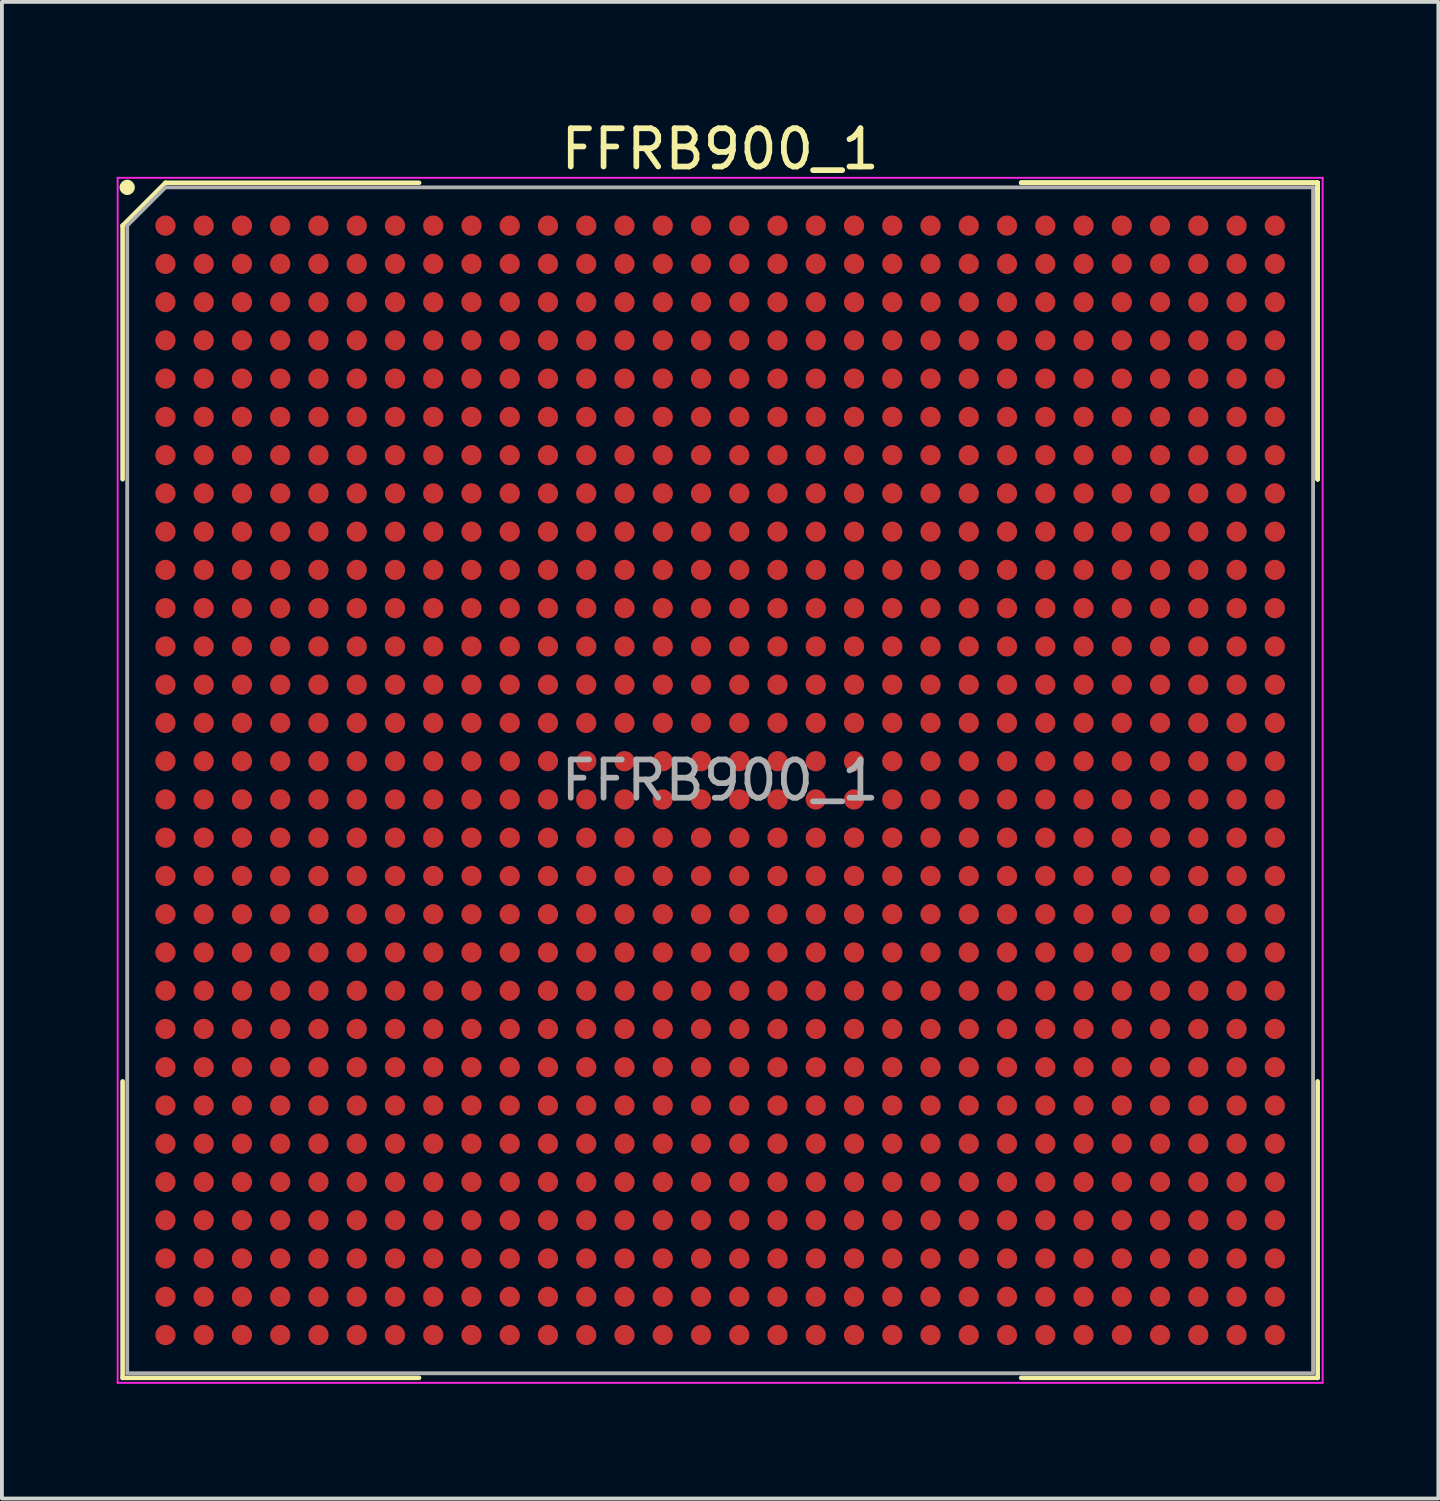
<source format=kicad_pcb>
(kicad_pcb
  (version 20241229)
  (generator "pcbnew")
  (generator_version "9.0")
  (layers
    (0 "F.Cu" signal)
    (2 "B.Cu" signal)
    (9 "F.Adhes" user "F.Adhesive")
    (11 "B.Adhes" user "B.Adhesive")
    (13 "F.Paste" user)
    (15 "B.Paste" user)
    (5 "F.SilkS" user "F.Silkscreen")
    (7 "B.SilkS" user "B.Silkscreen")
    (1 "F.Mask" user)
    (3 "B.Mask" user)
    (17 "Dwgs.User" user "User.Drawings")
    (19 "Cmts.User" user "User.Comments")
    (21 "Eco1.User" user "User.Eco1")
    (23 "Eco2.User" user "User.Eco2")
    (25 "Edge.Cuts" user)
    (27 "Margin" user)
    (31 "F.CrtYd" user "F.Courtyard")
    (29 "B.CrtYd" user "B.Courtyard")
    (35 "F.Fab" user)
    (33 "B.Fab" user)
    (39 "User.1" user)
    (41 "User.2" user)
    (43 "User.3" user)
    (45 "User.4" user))
  (footprint "FFRB900_1"
    (layer "F.Cu")
    (at 15.775 17.348)
    (property "Reference" "FFRB900_1" (at 0 -16.5 0) (layer "F.SilkS") (effects (font (size 1 1) (thickness 0.15))))
    (attr smd)
    (fp_line (start -15.62 -14.5) (end -15.62 -7.87) (stroke (width 0.12) (type solid)) (layer "F.SilkS"))
    (fp_line (start -15.62 15.62) (end -15.62 7.87) (stroke (width 0.12) (type solid)) (layer "F.SilkS"))
    (fp_line (start -14.5 -15.62) (end -15.62 -14.5) (stroke (width 0.12) (type solid)) (layer "F.SilkS"))
    (fp_line (start -7.87 -15.62) (end -14.5 -15.62) (stroke (width 0.12) (type solid)) (layer "F.SilkS"))
    (fp_line (start -7.87 15.62) (end -15.62 15.62) (stroke (width 0.12) (type solid)) (layer "F.SilkS"))
    (fp_line (start 7.87 -15.62) (end 15.62 -15.62) (stroke (width 0.12) (type solid)) (layer "F.SilkS"))
    (fp_line (start 7.87 -15.62) (end 15.62 -15.62) (stroke (width 0.12) (type solid)) (layer "F.SilkS"))
    (fp_line (start 7.87 -15.62) (end 15.62 -15.62) (stroke (width 0.12) (type solid)) (layer "F.SilkS"))
    (fp_line (start 7.87 15.62) (end 15.62 15.62) (stroke (width 0.12) (type solid)) (layer "F.SilkS"))
    (fp_line (start 15.62 -15.62) (end 15.62 -7.87) (stroke (width 0.12) (type solid)) (layer "F.SilkS"))
    (fp_line (start 15.62 -15.62) (end 15.62 -7.87) (stroke (width 0.12) (type solid)) (layer "F.SilkS"))
    (fp_line (start 15.62 -15.62) (end 15.62 -7.87) (stroke (width 0.12) (type solid)) (layer "F.SilkS"))
    (fp_line (start 15.62 15.62) (end 15.62 7.87) (stroke (width 0.12) (type solid)) (layer "F.SilkS"))
    (fp_circle (center -15.5 -15.5) (end -15.5 -15.4) (stroke (width 0.2) (type solid)) (fill no) (layer "F.SilkS"))
    (fp_line (start -15.75 -15.75) (end 15.75 -15.75) (stroke (width 0.05) (type solid)) (layer "F.CrtYd"))
    (fp_line (start -15.75 15.75) (end -15.75 -15.75) (stroke (width 0.05) (type solid)) (layer "F.CrtYd"))
    (fp_line (start 15.75 -15.75) (end 15.75 15.75) (stroke (width 0.05) (type solid)) (layer "F.CrtYd"))
    (fp_line (start 15.75 15.75) (end -15.75 15.75) (stroke (width 0.05) (type solid)) (layer "F.CrtYd"))
    (fp_line (start -15.5 -14.5) (end -15.5 15.5) (stroke (width 0.1) (type solid)) (layer "F.Fab"))
    (fp_line (start -15.5 15.5) (end 15.5 15.5) (stroke (width 0.1) (type solid)) (layer "F.Fab"))
    (fp_line (start -14.5 -15.5) (end -15.5 -14.5) (stroke (width 0.1) (type solid)) (layer "F.Fab"))
    (fp_line (start 15.5 -15.5) (end -14.5 -15.5) (stroke (width 0.1) (type solid)) (layer "F.Fab"))
    (fp_line (start 15.5 15.5) (end 15.5 -15.5) (stroke (width 0.1) (type solid)) (layer "F.Fab"))
    (fp_text user "${REFERENCE}" (at 0 0 0) (layer "F.Fab") (effects (font (size 1 1) (thickness 0.15))))
    (pad "A1" smd circle (at -14.5 -14.5) (size 0.53 0.53) (layers "F.Cu" "F.Mask" "F.Paste"))
    (pad "A2" smd circle (at -13.5 -14.5) (size 0.53 0.53) (layers "F.Cu" "F.Mask" "F.Paste"))
    (pad "A3" smd circle (at -12.5 -14.5) (size 0.53 0.53) (layers "F.Cu" "F.Mask" "F.Paste"))
    (pad "A4" smd circle (at -11.5 -14.5) (size 0.53 0.53) (layers "F.Cu" "F.Mask" "F.Paste"))
    (pad "A5" smd circle (at -10.5 -14.5) (size 0.53 0.53) (layers "F.Cu" "F.Mask" "F.Paste"))
    (pad "A6" smd circle (at -9.5 -14.5) (size 0.53 0.53) (layers "F.Cu" "F.Mask" "F.Paste"))
    (pad "A7" smd circle (at -8.5 -14.5) (size 0.53 0.53) (layers "F.Cu" "F.Mask" "F.Paste"))
    (pad "A8" smd circle (at -7.5 -14.5) (size 0.53 0.53) (layers "F.Cu" "F.Mask" "F.Paste"))
    (pad "A9" smd circle (at -6.5 -14.5) (size 0.53 0.53) (layers "F.Cu" "F.Mask" "F.Paste"))
    (pad "A10" smd circle (at -5.5 -14.5) (size 0.53 0.53) (layers "F.Cu" "F.Mask" "F.Paste"))
    (pad "A11" smd circle (at -4.5 -14.5) (size 0.53 0.53) (layers "F.Cu" "F.Mask" "F.Paste"))
    (pad "A12" smd circle (at -3.5 -14.5) (size 0.53 0.53) (layers "F.Cu" "F.Mask" "F.Paste"))
    (pad "A13" smd circle (at -2.5 -14.5) (size 0.53 0.53) (layers "F.Cu" "F.Mask" "F.Paste"))
    (pad "A14" smd circle (at -1.5 -14.5) (size 0.53 0.53) (layers "F.Cu" "F.Mask" "F.Paste"))
    (pad "A15" smd circle (at -0.5 -14.5) (size 0.53 0.53) (layers "F.Cu" "F.Mask" "F.Paste"))
    (pad "A16" smd circle (at 0.5 -14.5) (size 0.53 0.53) (layers "F.Cu" "F.Mask" "F.Paste"))
    (pad "A17" smd circle (at 1.5 -14.5) (size 0.53 0.53) (layers "F.Cu" "F.Mask" "F.Paste"))
    (pad "A18" smd circle (at 2.5 -14.5) (size 0.53 0.53) (layers "F.Cu" "F.Mask" "F.Paste"))
    (pad "A19" smd circle (at 3.5 -14.5) (size 0.53 0.53) (layers "F.Cu" "F.Mask" "F.Paste"))
    (pad "A20" smd circle (at 4.5 -14.5) (size 0.53 0.53) (layers "F.Cu" "F.Mask" "F.Paste"))
    (pad "A21" smd circle (at 5.5 -14.5) (size 0.53 0.53) (layers "F.Cu" "F.Mask" "F.Paste"))
    (pad "A22" smd circle (at 6.5 -14.5) (size 0.53 0.53) (layers "F.Cu" "F.Mask" "F.Paste"))
    (pad "A23" smd circle (at 7.5 -14.5) (size 0.53 0.53) (layers "F.Cu" "F.Mask" "F.Paste"))
    (pad "A24" smd circle (at 8.5 -14.5) (size 0.53 0.53) (layers "F.Cu" "F.Mask" "F.Paste"))
    (pad "A25" smd circle (at 9.5 -14.5) (size 0.53 0.53) (layers "F.Cu" "F.Mask" "F.Paste"))
    (pad "A26" smd circle (at 10.5 -14.5) (size 0.53 0.53) (layers "F.Cu" "F.Mask" "F.Paste"))
    (pad "A27" smd circle (at 11.5 -14.5) (size 0.53 0.53) (layers "F.Cu" "F.Mask" "F.Paste"))
    (pad "A28" smd circle (at 12.5 -14.5) (size 0.53 0.53) (layers "F.Cu" "F.Mask" "F.Paste"))
    (pad "A29" smd circle (at 13.5 -14.5) (size 0.53 0.53) (layers "F.Cu" "F.Mask" "F.Paste"))
    (pad "A30" smd circle (at 14.5 -14.5) (size 0.53 0.53) (layers "F.Cu" "F.Mask" "F.Paste"))
    (pad "AA1" smd circle (at -14.5 5.5) (size 0.53 0.53) (layers "F.Cu" "F.Mask" "F.Paste"))
    (pad "AA2" smd circle (at -13.5 5.5) (size 0.53 0.53) (layers "F.Cu" "F.Mask" "F.Paste"))
    (pad "AA3" smd circle (at -12.5 5.5) (size 0.53 0.53) (layers "F.Cu" "F.Mask" "F.Paste"))
    (pad "AA4" smd circle (at -11.5 5.5) (size 0.53 0.53) (layers "F.Cu" "F.Mask" "F.Paste"))
    (pad "AA5" smd circle (at -10.5 5.5) (size 0.53 0.53) (layers "F.Cu" "F.Mask" "F.Paste"))
    (pad "AA6" smd circle (at -9.5 5.5) (size 0.53 0.53) (layers "F.Cu" "F.Mask" "F.Paste"))
    (pad "AA7" smd circle (at -8.5 5.5) (size 0.53 0.53) (layers "F.Cu" "F.Mask" "F.Paste"))
    (pad "AA8" smd circle (at -7.5 5.5) (size 0.53 0.53) (layers "F.Cu" "F.Mask" "F.Paste"))
    (pad "AA9" smd circle (at -6.5 5.5) (size 0.53 0.53) (layers "F.Cu" "F.Mask" "F.Paste"))
    (pad "AA10" smd circle (at -5.5 5.5) (size 0.53 0.53) (layers "F.Cu" "F.Mask" "F.Paste"))
    (pad "AA11" smd circle (at -4.5 5.5) (size 0.53 0.53) (layers "F.Cu" "F.Mask" "F.Paste"))
    (pad "AA12" smd circle (at -3.5 5.5) (size 0.53 0.53) (layers "F.Cu" "F.Mask" "F.Paste"))
    (pad "AA13" smd circle (at -2.5 5.5) (size 0.53 0.53) (layers "F.Cu" "F.Mask" "F.Paste"))
    (pad "AA14" smd circle (at -1.5 5.5) (size 0.53 0.53) (layers "F.Cu" "F.Mask" "F.Paste"))
    (pad "AA15" smd circle (at -0.5 5.5) (size 0.53 0.53) (layers "F.Cu" "F.Mask" "F.Paste"))
    (pad "AA16" smd circle (at 0.5 5.5) (size 0.53 0.53) (layers "F.Cu" "F.Mask" "F.Paste"))
    (pad "AA17" smd circle (at 1.5 5.5) (size 0.53 0.53) (layers "F.Cu" "F.Mask" "F.Paste"))
    (pad "AA18" smd circle (at 2.5 5.5) (size 0.53 0.53) (layers "F.Cu" "F.Mask" "F.Paste"))
    (pad "AA19" smd circle (at 3.5 5.5) (size 0.53 0.53) (layers "F.Cu" "F.Mask" "F.Paste"))
    (pad "AA20" smd circle (at 4.5 5.5) (size 0.53 0.53) (layers "F.Cu" "F.Mask" "F.Paste"))
    (pad "AA21" smd circle (at 5.5 5.5) (size 0.53 0.53) (layers "F.Cu" "F.Mask" "F.Paste"))
    (pad "AA22" smd circle (at 6.5 5.5) (size 0.53 0.53) (layers "F.Cu" "F.Mask" "F.Paste"))
    (pad "AA23" smd circle (at 7.5 5.5) (size 0.53 0.53) (layers "F.Cu" "F.Mask" "F.Paste"))
    (pad "AA24" smd circle (at 8.5 5.5) (size 0.53 0.53) (layers "F.Cu" "F.Mask" "F.Paste"))
    (pad "AA25" smd circle (at 9.5 5.5) (size 0.53 0.53) (layers "F.Cu" "F.Mask" "F.Paste"))
    (pad "AA26" smd circle (at 10.5 5.5) (size 0.53 0.53) (layers "F.Cu" "F.Mask" "F.Paste"))
    (pad "AA27" smd circle (at 11.5 5.5) (size 0.53 0.53) (layers "F.Cu" "F.Mask" "F.Paste"))
    (pad "AA28" smd circle (at 12.5 5.5) (size 0.53 0.53) (layers "F.Cu" "F.Mask" "F.Paste"))
    (pad "AA29" smd circle (at 13.5 5.5) (size 0.53 0.53) (layers "F.Cu" "F.Mask" "F.Paste"))
    (pad "AA30" smd circle (at 14.5 5.5) (size 0.53 0.53) (layers "F.Cu" "F.Mask" "F.Paste"))
    (pad "AB1" smd circle (at -14.5 6.5) (size 0.53 0.53) (layers "F.Cu" "F.Mask" "F.Paste"))
    (pad "AB2" smd circle (at -13.5 6.5) (size 0.53 0.53) (layers "F.Cu" "F.Mask" "F.Paste"))
    (pad "AB3" smd circle (at -12.5 6.5) (size 0.53 0.53) (layers "F.Cu" "F.Mask" "F.Paste"))
    (pad "AB4" smd circle (at -11.5 6.5) (size 0.53 0.53) (layers "F.Cu" "F.Mask" "F.Paste"))
    (pad "AB5" smd circle (at -10.5 6.5) (size 0.53 0.53) (layers "F.Cu" "F.Mask" "F.Paste"))
    (pad "AB6" smd circle (at -9.5 6.5) (size 0.53 0.53) (layers "F.Cu" "F.Mask" "F.Paste"))
    (pad "AB7" smd circle (at -8.5 6.5) (size 0.53 0.53) (layers "F.Cu" "F.Mask" "F.Paste"))
    (pad "AB8" smd circle (at -7.5 6.5) (size 0.53 0.53) (layers "F.Cu" "F.Mask" "F.Paste"))
    (pad "AB9" smd circle (at -6.5 6.5) (size 0.53 0.53) (layers "F.Cu" "F.Mask" "F.Paste"))
    (pad "AB10" smd circle (at -5.5 6.5) (size 0.53 0.53) (layers "F.Cu" "F.Mask" "F.Paste"))
    (pad "AB11" smd circle (at -4.5 6.5) (size 0.53 0.53) (layers "F.Cu" "F.Mask" "F.Paste"))
    (pad "AB12" smd circle (at -3.5 6.5) (size 0.53 0.53) (layers "F.Cu" "F.Mask" "F.Paste"))
    (pad "AB13" smd circle (at -2.5 6.5) (size 0.53 0.53) (layers "F.Cu" "F.Mask" "F.Paste"))
    (pad "AB14" smd circle (at -1.5 6.5) (size 0.53 0.53) (layers "F.Cu" "F.Mask" "F.Paste"))
    (pad "AB15" smd circle (at -0.5 6.5) (size 0.53 0.53) (layers "F.Cu" "F.Mask" "F.Paste"))
    (pad "AB16" smd circle (at 0.5 6.5) (size 0.53 0.53) (layers "F.Cu" "F.Mask" "F.Paste"))
    (pad "AB17" smd circle (at 1.5 6.5) (size 0.53 0.53) (layers "F.Cu" "F.Mask" "F.Paste"))
    (pad "AB18" smd circle (at 2.5 6.5) (size 0.53 0.53) (layers "F.Cu" "F.Mask" "F.Paste"))
    (pad "AB19" smd circle (at 3.5 6.5) (size 0.53 0.53) (layers "F.Cu" "F.Mask" "F.Paste"))
    (pad "AB20" smd circle (at 4.5 6.5) (size 0.53 0.53) (layers "F.Cu" "F.Mask" "F.Paste"))
    (pad "AB21" smd circle (at 5.5 6.5) (size 0.53 0.53) (layers "F.Cu" "F.Mask" "F.Paste"))
    (pad "AB22" smd circle (at 6.5 6.5) (size 0.53 0.53) (layers "F.Cu" "F.Mask" "F.Paste"))
    (pad "AB23" smd circle (at 7.5 6.5) (size 0.53 0.53) (layers "F.Cu" "F.Mask" "F.Paste"))
    (pad "AB24" smd circle (at 8.5 6.5) (size 0.53 0.53) (layers "F.Cu" "F.Mask" "F.Paste"))
    (pad "AB25" smd circle (at 9.5 6.5) (size 0.53 0.53) (layers "F.Cu" "F.Mask" "F.Paste"))
    (pad "AB26" smd circle (at 10.5 6.5) (size 0.53 0.53) (layers "F.Cu" "F.Mask" "F.Paste"))
    (pad "AB27" smd circle (at 11.5 6.5) (size 0.53 0.53) (layers "F.Cu" "F.Mask" "F.Paste"))
    (pad "AB28" smd circle (at 12.5 6.5) (size 0.53 0.53) (layers "F.Cu" "F.Mask" "F.Paste"))
    (pad "AB29" smd circle (at 13.5 6.5) (size 0.53 0.53) (layers "F.Cu" "F.Mask" "F.Paste"))
    (pad "AB30" smd circle (at 14.5 6.5) (size 0.53 0.53) (layers "F.Cu" "F.Mask" "F.Paste"))
    (pad "AC1" smd circle (at -14.5 7.5) (size 0.53 0.53) (layers "F.Cu" "F.Mask" "F.Paste"))
    (pad "AC2" smd circle (at -13.5 7.5) (size 0.53 0.53) (layers "F.Cu" "F.Mask" "F.Paste"))
    (pad "AC3" smd circle (at -12.5 7.5) (size 0.53 0.53) (layers "F.Cu" "F.Mask" "F.Paste"))
    (pad "AC4" smd circle (at -11.5 7.5) (size 0.53 0.53) (layers "F.Cu" "F.Mask" "F.Paste"))
    (pad "AC5" smd circle (at -10.5 7.5) (size 0.53 0.53) (layers "F.Cu" "F.Mask" "F.Paste"))
    (pad "AC6" smd circle (at -9.5 7.5) (size 0.53 0.53) (layers "F.Cu" "F.Mask" "F.Paste"))
    (pad "AC7" smd circle (at -8.5 7.5) (size 0.53 0.53) (layers "F.Cu" "F.Mask" "F.Paste"))
    (pad "AC8" smd circle (at -7.5 7.5) (size 0.53 0.53) (layers "F.Cu" "F.Mask" "F.Paste"))
    (pad "AC9" smd circle (at -6.5 7.5) (size 0.53 0.53) (layers "F.Cu" "F.Mask" "F.Paste"))
    (pad "AC10" smd circle (at -5.5 7.5) (size 0.53 0.53) (layers "F.Cu" "F.Mask" "F.Paste"))
    (pad "AC11" smd circle (at -4.5 7.5) (size 0.53 0.53) (layers "F.Cu" "F.Mask" "F.Paste"))
    (pad "AC12" smd circle (at -3.5 7.5) (size 0.53 0.53) (layers "F.Cu" "F.Mask" "F.Paste"))
    (pad "AC13" smd circle (at -2.5 7.5) (size 0.53 0.53) (layers "F.Cu" "F.Mask" "F.Paste"))
    (pad "AC14" smd circle (at -1.5 7.5) (size 0.53 0.53) (layers "F.Cu" "F.Mask" "F.Paste"))
    (pad "AC15" smd circle (at -0.5 7.5) (size 0.53 0.53) (layers "F.Cu" "F.Mask" "F.Paste"))
    (pad "AC16" smd circle (at 0.5 7.5) (size 0.53 0.53) (layers "F.Cu" "F.Mask" "F.Paste"))
    (pad "AC17" smd circle (at 1.5 7.5) (size 0.53 0.53) (layers "F.Cu" "F.Mask" "F.Paste"))
    (pad "AC18" smd circle (at 2.5 7.5) (size 0.53 0.53) (layers "F.Cu" "F.Mask" "F.Paste"))
    (pad "AC19" smd circle (at 3.5 7.5) (size 0.53 0.53) (layers "F.Cu" "F.Mask" "F.Paste"))
    (pad "AC20" smd circle (at 4.5 7.5) (size 0.53 0.53) (layers "F.Cu" "F.Mask" "F.Paste"))
    (pad "AC21" smd circle (at 5.5 7.5) (size 0.53 0.53) (layers "F.Cu" "F.Mask" "F.Paste"))
    (pad "AC22" smd circle (at 6.5 7.5) (size 0.53 0.53) (layers "F.Cu" "F.Mask" "F.Paste"))
    (pad "AC23" smd circle (at 7.5 7.5) (size 0.53 0.53) (layers "F.Cu" "F.Mask" "F.Paste"))
    (pad "AC24" smd circle (at 8.5 7.5) (size 0.53 0.53) (layers "F.Cu" "F.Mask" "F.Paste"))
    (pad "AC25" smd circle (at 9.5 7.5) (size 0.53 0.53) (layers "F.Cu" "F.Mask" "F.Paste"))
    (pad "AC26" smd circle (at 10.5 7.5) (size 0.53 0.53) (layers "F.Cu" "F.Mask" "F.Paste"))
    (pad "AC27" smd circle (at 11.5 7.5) (size 0.53 0.53) (layers "F.Cu" "F.Mask" "F.Paste"))
    (pad "AC28" smd circle (at 12.5 7.5) (size 0.53 0.53) (layers "F.Cu" "F.Mask" "F.Paste"))
    (pad "AC29" smd circle (at 13.5 7.5) (size 0.53 0.53) (layers "F.Cu" "F.Mask" "F.Paste"))
    (pad "AC30" smd circle (at 14.5 7.5) (size 0.53 0.53) (layers "F.Cu" "F.Mask" "F.Paste"))
    (pad "AD1" smd circle (at -14.5 8.5) (size 0.53 0.53) (layers "F.Cu" "F.Mask" "F.Paste"))
    (pad "AD2" smd circle (at -13.5 8.5) (size 0.53 0.53) (layers "F.Cu" "F.Mask" "F.Paste"))
    (pad "AD3" smd circle (at -12.5 8.5) (size 0.53 0.53) (layers "F.Cu" "F.Mask" "F.Paste"))
    (pad "AD4" smd circle (at -11.5 8.5) (size 0.53 0.53) (layers "F.Cu" "F.Mask" "F.Paste"))
    (pad "AD5" smd circle (at -10.5 8.5) (size 0.53 0.53) (layers "F.Cu" "F.Mask" "F.Paste"))
    (pad "AD6" smd circle (at -9.5 8.5) (size 0.53 0.53) (layers "F.Cu" "F.Mask" "F.Paste"))
    (pad "AD7" smd circle (at -8.5 8.5) (size 0.53 0.53) (layers "F.Cu" "F.Mask" "F.Paste"))
    (pad "AD8" smd circle (at -7.5 8.5) (size 0.53 0.53) (layers "F.Cu" "F.Mask" "F.Paste"))
    (pad "AD9" smd circle (at -6.5 8.5) (size 0.53 0.53) (layers "F.Cu" "F.Mask" "F.Paste"))
    (pad "AD10" smd circle (at -5.5 8.5) (size 0.53 0.53) (layers "F.Cu" "F.Mask" "F.Paste"))
    (pad "AD11" smd circle (at -4.5 8.5) (size 0.53 0.53) (layers "F.Cu" "F.Mask" "F.Paste"))
    (pad "AD12" smd circle (at -3.5 8.5) (size 0.53 0.53) (layers "F.Cu" "F.Mask" "F.Paste"))
    (pad "AD13" smd circle (at -2.5 8.5) (size 0.53 0.53) (layers "F.Cu" "F.Mask" "F.Paste"))
    (pad "AD14" smd circle (at -1.5 8.5) (size 0.53 0.53) (layers "F.Cu" "F.Mask" "F.Paste"))
    (pad "AD15" smd circle (at -0.5 8.5) (size 0.53 0.53) (layers "F.Cu" "F.Mask" "F.Paste"))
    (pad "AD16" smd circle (at 0.5 8.5) (size 0.53 0.53) (layers "F.Cu" "F.Mask" "F.Paste"))
    (pad "AD17" smd circle (at 1.5 8.5) (size 0.53 0.53) (layers "F.Cu" "F.Mask" "F.Paste"))
    (pad "AD18" smd circle (at 2.5 8.5) (size 0.53 0.53) (layers "F.Cu" "F.Mask" "F.Paste"))
    (pad "AD19" smd circle (at 3.5 8.5) (size 0.53 0.53) (layers "F.Cu" "F.Mask" "F.Paste"))
    (pad "AD20" smd circle (at 4.5 8.5) (size 0.53 0.53) (layers "F.Cu" "F.Mask" "F.Paste"))
    (pad "AD21" smd circle (at 5.5 8.5) (size 0.53 0.53) (layers "F.Cu" "F.Mask" "F.Paste"))
    (pad "AD22" smd circle (at 6.5 8.5) (size 0.53 0.53) (layers "F.Cu" "F.Mask" "F.Paste"))
    (pad "AD23" smd circle (at 7.5 8.5) (size 0.53 0.53) (layers "F.Cu" "F.Mask" "F.Paste"))
    (pad "AD24" smd circle (at 8.5 8.5) (size 0.53 0.53) (layers "F.Cu" "F.Mask" "F.Paste"))
    (pad "AD25" smd circle (at 9.5 8.5) (size 0.53 0.53) (layers "F.Cu" "F.Mask" "F.Paste"))
    (pad "AD26" smd circle (at 10.5 8.5) (size 0.53 0.53) (layers "F.Cu" "F.Mask" "F.Paste"))
    (pad "AD27" smd circle (at 11.5 8.5) (size 0.53 0.53) (layers "F.Cu" "F.Mask" "F.Paste"))
    (pad "AD28" smd circle (at 12.5 8.5) (size 0.53 0.53) (layers "F.Cu" "F.Mask" "F.Paste"))
    (pad "AD29" smd circle (at 13.5 8.5) (size 0.53 0.53) (layers "F.Cu" "F.Mask" "F.Paste"))
    (pad "AD30" smd circle (at 14.5 8.5) (size 0.53 0.53) (layers "F.Cu" "F.Mask" "F.Paste"))
    (pad "AE1" smd circle (at -14.5 9.5) (size 0.53 0.53) (layers "F.Cu" "F.Mask" "F.Paste"))
    (pad "AE2" smd circle (at -13.5 9.5) (size 0.53 0.53) (layers "F.Cu" "F.Mask" "F.Paste"))
    (pad "AE3" smd circle (at -12.5 9.5) (size 0.53 0.53) (layers "F.Cu" "F.Mask" "F.Paste"))
    (pad "AE4" smd circle (at -11.5 9.5) (size 0.53 0.53) (layers "F.Cu" "F.Mask" "F.Paste"))
    (pad "AE5" smd circle (at -10.5 9.5) (size 0.53 0.53) (layers "F.Cu" "F.Mask" "F.Paste"))
    (pad "AE6" smd circle (at -9.5 9.5) (size 0.53 0.53) (layers "F.Cu" "F.Mask" "F.Paste"))
    (pad "AE7" smd circle (at -8.5 9.5) (size 0.53 0.53) (layers "F.Cu" "F.Mask" "F.Paste"))
    (pad "AE8" smd circle (at -7.5 9.5) (size 0.53 0.53) (layers "F.Cu" "F.Mask" "F.Paste"))
    (pad "AE9" smd circle (at -6.5 9.5) (size 0.53 0.53) (layers "F.Cu" "F.Mask" "F.Paste"))
    (pad "AE10" smd circle (at -5.5 9.5) (size 0.53 0.53) (layers "F.Cu" "F.Mask" "F.Paste"))
    (pad "AE11" smd circle (at -4.5 9.5) (size 0.53 0.53) (layers "F.Cu" "F.Mask" "F.Paste"))
    (pad "AE12" smd circle (at -3.5 9.5) (size 0.53 0.53) (layers "F.Cu" "F.Mask" "F.Paste"))
    (pad "AE13" smd circle (at -2.5 9.5) (size 0.53 0.53) (layers "F.Cu" "F.Mask" "F.Paste"))
    (pad "AE14" smd circle (at -1.5 9.5) (size 0.53 0.53) (layers "F.Cu" "F.Mask" "F.Paste"))
    (pad "AE15" smd circle (at -0.5 9.5) (size 0.53 0.53) (layers "F.Cu" "F.Mask" "F.Paste"))
    (pad "AE16" smd circle (at 0.5 9.5) (size 0.53 0.53) (layers "F.Cu" "F.Mask" "F.Paste"))
    (pad "AE17" smd circle (at 1.5 9.5) (size 0.53 0.53) (layers "F.Cu" "F.Mask" "F.Paste"))
    (pad "AE18" smd circle (at 2.5 9.5) (size 0.53 0.53) (layers "F.Cu" "F.Mask" "F.Paste"))
    (pad "AE19" smd circle (at 3.5 9.5) (size 0.53 0.53) (layers "F.Cu" "F.Mask" "F.Paste"))
    (pad "AE20" smd circle (at 4.5 9.5) (size 0.53 0.53) (layers "F.Cu" "F.Mask" "F.Paste"))
    (pad "AE21" smd circle (at 5.5 9.5) (size 0.53 0.53) (layers "F.Cu" "F.Mask" "F.Paste"))
    (pad "AE22" smd circle (at 6.5 9.5) (size 0.53 0.53) (layers "F.Cu" "F.Mask" "F.Paste"))
    (pad "AE23" smd circle (at 7.5 9.5) (size 0.53 0.53) (layers "F.Cu" "F.Mask" "F.Paste"))
    (pad "AE24" smd circle (at 8.5 9.5) (size 0.53 0.53) (layers "F.Cu" "F.Mask" "F.Paste"))
    (pad "AE25" smd circle (at 9.5 9.5) (size 0.53 0.53) (layers "F.Cu" "F.Mask" "F.Paste"))
    (pad "AE26" smd circle (at 10.5 9.5) (size 0.53 0.53) (layers "F.Cu" "F.Mask" "F.Paste"))
    (pad "AE27" smd circle (at 11.5 9.5) (size 0.53 0.53) (layers "F.Cu" "F.Mask" "F.Paste"))
    (pad "AE28" smd circle (at 12.5 9.5) (size 0.53 0.53) (layers "F.Cu" "F.Mask" "F.Paste"))
    (pad "AE29" smd circle (at 13.5 9.5) (size 0.53 0.53) (layers "F.Cu" "F.Mask" "F.Paste"))
    (pad "AE30" smd circle (at 14.5 9.5) (size 0.53 0.53) (layers "F.Cu" "F.Mask" "F.Paste"))
    (pad "AF1" smd circle (at -14.5 10.5) (size 0.53 0.53) (layers "F.Cu" "F.Mask" "F.Paste"))
    (pad "AF2" smd circle (at -13.5 10.5) (size 0.53 0.53) (layers "F.Cu" "F.Mask" "F.Paste"))
    (pad "AF3" smd circle (at -12.5 10.5) (size 0.53 0.53) (layers "F.Cu" "F.Mask" "F.Paste"))
    (pad "AF4" smd circle (at -11.5 10.5) (size 0.53 0.53) (layers "F.Cu" "F.Mask" "F.Paste"))
    (pad "AF5" smd circle (at -10.5 10.5) (size 0.53 0.53) (layers "F.Cu" "F.Mask" "F.Paste"))
    (pad "AF6" smd circle (at -9.5 10.5) (size 0.53 0.53) (layers "F.Cu" "F.Mask" "F.Paste"))
    (pad "AF7" smd circle (at -8.5 10.5) (size 0.53 0.53) (layers "F.Cu" "F.Mask" "F.Paste"))
    (pad "AF8" smd circle (at -7.5 10.5) (size 0.53 0.53) (layers "F.Cu" "F.Mask" "F.Paste"))
    (pad "AF9" smd circle (at -6.5 10.5) (size 0.53 0.53) (layers "F.Cu" "F.Mask" "F.Paste"))
    (pad "AF10" smd circle (at -5.5 10.5) (size 0.53 0.53) (layers "F.Cu" "F.Mask" "F.Paste"))
    (pad "AF11" smd circle (at -4.5 10.5) (size 0.53 0.53) (layers "F.Cu" "F.Mask" "F.Paste"))
    (pad "AF12" smd circle (at -3.5 10.5) (size 0.53 0.53) (layers "F.Cu" "F.Mask" "F.Paste"))
    (pad "AF13" smd circle (at -2.5 10.5) (size 0.53 0.53) (layers "F.Cu" "F.Mask" "F.Paste"))
    (pad "AF14" smd circle (at -1.5 10.5) (size 0.53 0.53) (layers "F.Cu" "F.Mask" "F.Paste"))
    (pad "AF15" smd circle (at -0.5 10.5) (size 0.53 0.53) (layers "F.Cu" "F.Mask" "F.Paste"))
    (pad "AF16" smd circle (at 0.5 10.5) (size 0.53 0.53) (layers "F.Cu" "F.Mask" "F.Paste"))
    (pad "AF17" smd circle (at 1.5 10.5) (size 0.53 0.53) (layers "F.Cu" "F.Mask" "F.Paste"))
    (pad "AF18" smd circle (at 2.5 10.5) (size 0.53 0.53) (layers "F.Cu" "F.Mask" "F.Paste"))
    (pad "AF19" smd circle (at 3.5 10.5) (size 0.53 0.53) (layers "F.Cu" "F.Mask" "F.Paste"))
    (pad "AF20" smd circle (at 4.5 10.5) (size 0.53 0.53) (layers "F.Cu" "F.Mask" "F.Paste"))
    (pad "AF21" smd circle (at 5.5 10.5) (size 0.53 0.53) (layers "F.Cu" "F.Mask" "F.Paste"))
    (pad "AF22" smd circle (at 6.5 10.5) (size 0.53 0.53) (layers "F.Cu" "F.Mask" "F.Paste"))
    (pad "AF23" smd circle (at 7.5 10.5) (size 0.53 0.53) (layers "F.Cu" "F.Mask" "F.Paste"))
    (pad "AF24" smd circle (at 8.5 10.5) (size 0.53 0.53) (layers "F.Cu" "F.Mask" "F.Paste"))
    (pad "AF25" smd circle (at 9.5 10.5) (size 0.53 0.53) (layers "F.Cu" "F.Mask" "F.Paste"))
    (pad "AF26" smd circle (at 10.5 10.5) (size 0.53 0.53) (layers "F.Cu" "F.Mask" "F.Paste"))
    (pad "AF27" smd circle (at 11.5 10.5) (size 0.53 0.53) (layers "F.Cu" "F.Mask" "F.Paste"))
    (pad "AF28" smd circle (at 12.5 10.5) (size 0.53 0.53) (layers "F.Cu" "F.Mask" "F.Paste"))
    (pad "AF29" smd circle (at 13.5 10.5) (size 0.53 0.53) (layers "F.Cu" "F.Mask" "F.Paste"))
    (pad "AF30" smd circle (at 14.5 10.5) (size 0.53 0.53) (layers "F.Cu" "F.Mask" "F.Paste"))
    (pad "AG1" smd circle (at -14.5 11.5) (size 0.53 0.53) (layers "F.Cu" "F.Mask" "F.Paste"))
    (pad "AG2" smd circle (at -13.5 11.5) (size 0.53 0.53) (layers "F.Cu" "F.Mask" "F.Paste"))
    (pad "AG3" smd circle (at -12.5 11.5) (size 0.53 0.53) (layers "F.Cu" "F.Mask" "F.Paste"))
    (pad "AG4" smd circle (at -11.5 11.5) (size 0.53 0.53) (layers "F.Cu" "F.Mask" "F.Paste"))
    (pad "AG5" smd circle (at -10.5 11.5) (size 0.53 0.53) (layers "F.Cu" "F.Mask" "F.Paste"))
    (pad "AG6" smd circle (at -9.5 11.5) (size 0.53 0.53) (layers "F.Cu" "F.Mask" "F.Paste"))
    (pad "AG7" smd circle (at -8.5 11.5) (size 0.53 0.53) (layers "F.Cu" "F.Mask" "F.Paste"))
    (pad "AG8" smd circle (at -7.5 11.5) (size 0.53 0.53) (layers "F.Cu" "F.Mask" "F.Paste"))
    (pad "AG9" smd circle (at -6.5 11.5) (size 0.53 0.53) (layers "F.Cu" "F.Mask" "F.Paste"))
    (pad "AG10" smd circle (at -5.5 11.5) (size 0.53 0.53) (layers "F.Cu" "F.Mask" "F.Paste"))
    (pad "AG11" smd circle (at -4.5 11.5) (size 0.53 0.53) (layers "F.Cu" "F.Mask" "F.Paste"))
    (pad "AG12" smd circle (at -3.5 11.5) (size 0.53 0.53) (layers "F.Cu" "F.Mask" "F.Paste"))
    (pad "AG13" smd circle (at -2.5 11.5) (size 0.53 0.53) (layers "F.Cu" "F.Mask" "F.Paste"))
    (pad "AG14" smd circle (at -1.5 11.5) (size 0.53 0.53) (layers "F.Cu" "F.Mask" "F.Paste"))
    (pad "AG15" smd circle (at -0.5 11.5) (size 0.53 0.53) (layers "F.Cu" "F.Mask" "F.Paste"))
    (pad "AG16" smd circle (at 0.5 11.5) (size 0.53 0.53) (layers "F.Cu" "F.Mask" "F.Paste"))
    (pad "AG17" smd circle (at 1.5 11.5) (size 0.53 0.53) (layers "F.Cu" "F.Mask" "F.Paste"))
    (pad "AG18" smd circle (at 2.5 11.5) (size 0.53 0.53) (layers "F.Cu" "F.Mask" "F.Paste"))
    (pad "AG19" smd circle (at 3.5 11.5) (size 0.53 0.53) (layers "F.Cu" "F.Mask" "F.Paste"))
    (pad "AG20" smd circle (at 4.5 11.5) (size 0.53 0.53) (layers "F.Cu" "F.Mask" "F.Paste"))
    (pad "AG21" smd circle (at 5.5 11.5) (size 0.53 0.53) (layers "F.Cu" "F.Mask" "F.Paste"))
    (pad "AG22" smd circle (at 6.5 11.5) (size 0.53 0.53) (layers "F.Cu" "F.Mask" "F.Paste"))
    (pad "AG23" smd circle (at 7.5 11.5) (size 0.53 0.53) (layers "F.Cu" "F.Mask" "F.Paste"))
    (pad "AG24" smd circle (at 8.5 11.5) (size 0.53 0.53) (layers "F.Cu" "F.Mask" "F.Paste"))
    (pad "AG25" smd circle (at 9.5 11.5) (size 0.53 0.53) (layers "F.Cu" "F.Mask" "F.Paste"))
    (pad "AG26" smd circle (at 10.5 11.5) (size 0.53 0.53) (layers "F.Cu" "F.Mask" "F.Paste"))
    (pad "AG27" smd circle (at 11.5 11.5) (size 0.53 0.53) (layers "F.Cu" "F.Mask" "F.Paste"))
    (pad "AG28" smd circle (at 12.5 11.5) (size 0.53 0.53) (layers "F.Cu" "F.Mask" "F.Paste"))
    (pad "AG29" smd circle (at 13.5 11.5) (size 0.53 0.53) (layers "F.Cu" "F.Mask" "F.Paste"))
    (pad "AG30" smd circle (at 14.5 11.5) (size 0.53 0.53) (layers "F.Cu" "F.Mask" "F.Paste"))
    (pad "AH1" smd circle (at -14.5 12.5) (size 0.53 0.53) (layers "F.Cu" "F.Mask" "F.Paste"))
    (pad "AH2" smd circle (at -13.5 12.5) (size 0.53 0.53) (layers "F.Cu" "F.Mask" "F.Paste"))
    (pad "AH3" smd circle (at -12.5 12.5) (size 0.53 0.53) (layers "F.Cu" "F.Mask" "F.Paste"))
    (pad "AH4" smd circle (at -11.5 12.5) (size 0.53 0.53) (layers "F.Cu" "F.Mask" "F.Paste"))
    (pad "AH5" smd circle (at -10.5 12.5) (size 0.53 0.53) (layers "F.Cu" "F.Mask" "F.Paste"))
    (pad "AH6" smd circle (at -9.5 12.5) (size 0.53 0.53) (layers "F.Cu" "F.Mask" "F.Paste"))
    (pad "AH7" smd circle (at -8.5 12.5) (size 0.53 0.53) (layers "F.Cu" "F.Mask" "F.Paste"))
    (pad "AH8" smd circle (at -7.5 12.5) (size 0.53 0.53) (layers "F.Cu" "F.Mask" "F.Paste"))
    (pad "AH9" smd circle (at -6.5 12.5) (size 0.53 0.53) (layers "F.Cu" "F.Mask" "F.Paste"))
    (pad "AH10" smd circle (at -5.5 12.5) (size 0.53 0.53) (layers "F.Cu" "F.Mask" "F.Paste"))
    (pad "AH11" smd circle (at -4.5 12.5) (size 0.53 0.53) (layers "F.Cu" "F.Mask" "F.Paste"))
    (pad "AH12" smd circle (at -3.5 12.5) (size 0.53 0.53) (layers "F.Cu" "F.Mask" "F.Paste"))
    (pad "AH13" smd circle (at -2.5 12.5) (size 0.53 0.53) (layers "F.Cu" "F.Mask" "F.Paste"))
    (pad "AH14" smd circle (at -1.5 12.5) (size 0.53 0.53) (layers "F.Cu" "F.Mask" "F.Paste"))
    (pad "AH15" smd circle (at -0.5 12.5) (size 0.53 0.53) (layers "F.Cu" "F.Mask" "F.Paste"))
    (pad "AH16" smd circle (at 0.5 12.5) (size 0.53 0.53) (layers "F.Cu" "F.Mask" "F.Paste"))
    (pad "AH17" smd circle (at 1.5 12.5) (size 0.53 0.53) (layers "F.Cu" "F.Mask" "F.Paste"))
    (pad "AH18" smd circle (at 2.5 12.5) (size 0.53 0.53) (layers "F.Cu" "F.Mask" "F.Paste"))
    (pad "AH19" smd circle (at 3.5 12.5) (size 0.53 0.53) (layers "F.Cu" "F.Mask" "F.Paste"))
    (pad "AH20" smd circle (at 4.5 12.5) (size 0.53 0.53) (layers "F.Cu" "F.Mask" "F.Paste"))
    (pad "AH21" smd circle (at 5.5 12.5) (size 0.53 0.53) (layers "F.Cu" "F.Mask" "F.Paste"))
    (pad "AH22" smd circle (at 6.5 12.5) (size 0.53 0.53) (layers "F.Cu" "F.Mask" "F.Paste"))
    (pad "AH23" smd circle (at 7.5 12.5) (size 0.53 0.53) (layers "F.Cu" "F.Mask" "F.Paste"))
    (pad "AH24" smd circle (at 8.5 12.5) (size 0.53 0.53) (layers "F.Cu" "F.Mask" "F.Paste"))
    (pad "AH25" smd circle (at 9.5 12.5) (size 0.53 0.53) (layers "F.Cu" "F.Mask" "F.Paste"))
    (pad "AH26" smd circle (at 10.5 12.5) (size 0.53 0.53) (layers "F.Cu" "F.Mask" "F.Paste"))
    (pad "AH27" smd circle (at 11.5 12.5) (size 0.53 0.53) (layers "F.Cu" "F.Mask" "F.Paste"))
    (pad "AH28" smd circle (at 12.5 12.5) (size 0.53 0.53) (layers "F.Cu" "F.Mask" "F.Paste"))
    (pad "AH29" smd circle (at 13.5 12.5) (size 0.53 0.53) (layers "F.Cu" "F.Mask" "F.Paste"))
    (pad "AH30" smd circle (at 14.5 12.5) (size 0.53 0.53) (layers "F.Cu" "F.Mask" "F.Paste"))
    (pad "AJ1" smd circle (at -14.5 13.5) (size 0.53 0.53) (layers "F.Cu" "F.Mask" "F.Paste"))
    (pad "AJ2" smd circle (at -13.5 13.5) (size 0.53 0.53) (layers "F.Cu" "F.Mask" "F.Paste"))
    (pad "AJ3" smd circle (at -12.5 13.5) (size 0.53 0.53) (layers "F.Cu" "F.Mask" "F.Paste"))
    (pad "AJ4" smd circle (at -11.5 13.5) (size 0.53 0.53) (layers "F.Cu" "F.Mask" "F.Paste"))
    (pad "AJ5" smd circle (at -10.5 13.5) (size 0.53 0.53) (layers "F.Cu" "F.Mask" "F.Paste"))
    (pad "AJ6" smd circle (at -9.5 13.5) (size 0.53 0.53) (layers "F.Cu" "F.Mask" "F.Paste"))
    (pad "AJ7" smd circle (at -8.5 13.5) (size 0.53 0.53) (layers "F.Cu" "F.Mask" "F.Paste"))
    (pad "AJ8" smd circle (at -7.5 13.5) (size 0.53 0.53) (layers "F.Cu" "F.Mask" "F.Paste"))
    (pad "AJ9" smd circle (at -6.5 13.5) (size 0.53 0.53) (layers "F.Cu" "F.Mask" "F.Paste"))
    (pad "AJ10" smd circle (at -5.5 13.5) (size 0.53 0.53) (layers "F.Cu" "F.Mask" "F.Paste"))
    (pad "AJ11" smd circle (at -4.5 13.5) (size 0.53 0.53) (layers "F.Cu" "F.Mask" "F.Paste"))
    (pad "AJ12" smd circle (at -3.5 13.5) (size 0.53 0.53) (layers "F.Cu" "F.Mask" "F.Paste"))
    (pad "AJ13" smd circle (at -2.5 13.5) (size 0.53 0.53) (layers "F.Cu" "F.Mask" "F.Paste"))
    (pad "AJ14" smd circle (at -1.5 13.5) (size 0.53 0.53) (layers "F.Cu" "F.Mask" "F.Paste"))
    (pad "AJ15" smd circle (at -0.5 13.5) (size 0.53 0.53) (layers "F.Cu" "F.Mask" "F.Paste"))
    (pad "AJ16" smd circle (at 0.5 13.5) (size 0.53 0.53) (layers "F.Cu" "F.Mask" "F.Paste"))
    (pad "AJ17" smd circle (at 1.5 13.5) (size 0.53 0.53) (layers "F.Cu" "F.Mask" "F.Paste"))
    (pad "AJ18" smd circle (at 2.5 13.5) (size 0.53 0.53) (layers "F.Cu" "F.Mask" "F.Paste"))
    (pad "AJ19" smd circle (at 3.5 13.5) (size 0.53 0.53) (layers "F.Cu" "F.Mask" "F.Paste"))
    (pad "AJ20" smd circle (at 4.5 13.5) (size 0.53 0.53) (layers "F.Cu" "F.Mask" "F.Paste"))
    (pad "AJ21" smd circle (at 5.5 13.5) (size 0.53 0.53) (layers "F.Cu" "F.Mask" "F.Paste"))
    (pad "AJ22" smd circle (at 6.5 13.5) (size 0.53 0.53) (layers "F.Cu" "F.Mask" "F.Paste"))
    (pad "AJ23" smd circle (at 7.5 13.5) (size 0.53 0.53) (layers "F.Cu" "F.Mask" "F.Paste"))
    (pad "AJ24" smd circle (at 8.5 13.5) (size 0.53 0.53) (layers "F.Cu" "F.Mask" "F.Paste"))
    (pad "AJ25" smd circle (at 9.5 13.5) (size 0.53 0.53) (layers "F.Cu" "F.Mask" "F.Paste"))
    (pad "AJ26" smd circle (at 10.5 13.5) (size 0.53 0.53) (layers "F.Cu" "F.Mask" "F.Paste"))
    (pad "AJ27" smd circle (at 11.5 13.5) (size 0.53 0.53) (layers "F.Cu" "F.Mask" "F.Paste"))
    (pad "AJ28" smd circle (at 12.5 13.5) (size 0.53 0.53) (layers "F.Cu" "F.Mask" "F.Paste"))
    (pad "AJ29" smd circle (at 13.5 13.5) (size 0.53 0.53) (layers "F.Cu" "F.Mask" "F.Paste"))
    (pad "AJ30" smd circle (at 14.5 13.5) (size 0.53 0.53) (layers "F.Cu" "F.Mask" "F.Paste"))
    (pad "AK1" smd circle (at -14.5 14.5) (size 0.53 0.53) (layers "F.Cu" "F.Mask" "F.Paste"))
    (pad "AK2" smd circle (at -13.5 14.5) (size 0.53 0.53) (layers "F.Cu" "F.Mask" "F.Paste"))
    (pad "AK3" smd circle (at -12.5 14.5) (size 0.53 0.53) (layers "F.Cu" "F.Mask" "F.Paste"))
    (pad "AK4" smd circle (at -11.5 14.5) (size 0.53 0.53) (layers "F.Cu" "F.Mask" "F.Paste"))
    (pad "AK5" smd circle (at -10.5 14.5) (size 0.53 0.53) (layers "F.Cu" "F.Mask" "F.Paste"))
    (pad "AK6" smd circle (at -9.5 14.5) (size 0.53 0.53) (layers "F.Cu" "F.Mask" "F.Paste"))
    (pad "AK7" smd circle (at -8.5 14.5) (size 0.53 0.53) (layers "F.Cu" "F.Mask" "F.Paste"))
    (pad "AK8" smd circle (at -7.5 14.5) (size 0.53 0.53) (layers "F.Cu" "F.Mask" "F.Paste"))
    (pad "AK9" smd circle (at -6.5 14.5) (size 0.53 0.53) (layers "F.Cu" "F.Mask" "F.Paste"))
    (pad "AK10" smd circle (at -5.5 14.5) (size 0.53 0.53) (layers "F.Cu" "F.Mask" "F.Paste"))
    (pad "AK11" smd circle (at -4.5 14.5) (size 0.53 0.53) (layers "F.Cu" "F.Mask" "F.Paste"))
    (pad "AK12" smd circle (at -3.5 14.5) (size 0.53 0.53) (layers "F.Cu" "F.Mask" "F.Paste"))
    (pad "AK13" smd circle (at -2.5 14.5) (size 0.53 0.53) (layers "F.Cu" "F.Mask" "F.Paste"))
    (pad "AK14" smd circle (at -1.5 14.5) (size 0.53 0.53) (layers "F.Cu" "F.Mask" "F.Paste"))
    (pad "AK15" smd circle (at -0.5 14.5) (size 0.53 0.53) (layers "F.Cu" "F.Mask" "F.Paste"))
    (pad "AK16" smd circle (at 0.5 14.5) (size 0.53 0.53) (layers "F.Cu" "F.Mask" "F.Paste"))
    (pad "AK17" smd circle (at 1.5 14.5) (size 0.53 0.53) (layers "F.Cu" "F.Mask" "F.Paste"))
    (pad "AK18" smd circle (at 2.5 14.5) (size 0.53 0.53) (layers "F.Cu" "F.Mask" "F.Paste"))
    (pad "AK19" smd circle (at 3.5 14.5) (size 0.53 0.53) (layers "F.Cu" "F.Mask" "F.Paste"))
    (pad "AK20" smd circle (at 4.5 14.5) (size 0.53 0.53) (layers "F.Cu" "F.Mask" "F.Paste"))
    (pad "AK21" smd circle (at 5.5 14.5) (size 0.53 0.53) (layers "F.Cu" "F.Mask" "F.Paste"))
    (pad "AK22" smd circle (at 6.5 14.5) (size 0.53 0.53) (layers "F.Cu" "F.Mask" "F.Paste"))
    (pad "AK23" smd circle (at 7.5 14.5) (size 0.53 0.53) (layers "F.Cu" "F.Mask" "F.Paste"))
    (pad "AK24" smd circle (at 8.5 14.5) (size 0.53 0.53) (layers "F.Cu" "F.Mask" "F.Paste"))
    (pad "AK25" smd circle (at 9.5 14.5) (size 0.53 0.53) (layers "F.Cu" "F.Mask" "F.Paste"))
    (pad "AK26" smd circle (at 10.5 14.5) (size 0.53 0.53) (layers "F.Cu" "F.Mask" "F.Paste"))
    (pad "AK27" smd circle (at 11.5 14.5) (size 0.53 0.53) (layers "F.Cu" "F.Mask" "F.Paste"))
    (pad "AK28" smd circle (at 12.5 14.5) (size 0.53 0.53) (layers "F.Cu" "F.Mask" "F.Paste"))
    (pad "AK29" smd circle (at 13.5 14.5) (size 0.53 0.53) (layers "F.Cu" "F.Mask" "F.Paste"))
    (pad "AK30" smd circle (at 14.5 14.5) (size 0.53 0.53) (layers "F.Cu" "F.Mask" "F.Paste"))
    (pad "B1" smd circle (at -14.5 -13.5) (size 0.53 0.53) (layers "F.Cu" "F.Mask" "F.Paste"))
    (pad "B2" smd circle (at -13.5 -13.5) (size 0.53 0.53) (layers "F.Cu" "F.Mask" "F.Paste"))
    (pad "B3" smd circle (at -12.5 -13.5) (size 0.53 0.53) (layers "F.Cu" "F.Mask" "F.Paste"))
    (pad "B4" smd circle (at -11.5 -13.5) (size 0.53 0.53) (layers "F.Cu" "F.Mask" "F.Paste"))
    (pad "B5" smd circle (at -10.5 -13.5) (size 0.53 0.53) (layers "F.Cu" "F.Mask" "F.Paste"))
    (pad "B6" smd circle (at -9.5 -13.5) (size 0.53 0.53) (layers "F.Cu" "F.Mask" "F.Paste"))
    (pad "B7" smd circle (at -8.5 -13.5) (size 0.53 0.53) (layers "F.Cu" "F.Mask" "F.Paste"))
    (pad "B8" smd circle (at -7.5 -13.5) (size 0.53 0.53) (layers "F.Cu" "F.Mask" "F.Paste"))
    (pad "B9" smd circle (at -6.5 -13.5) (size 0.53 0.53) (layers "F.Cu" "F.Mask" "F.Paste"))
    (pad "B10" smd circle (at -5.5 -13.5) (size 0.53 0.53) (layers "F.Cu" "F.Mask" "F.Paste"))
    (pad "B11" smd circle (at -4.5 -13.5) (size 0.53 0.53) (layers "F.Cu" "F.Mask" "F.Paste"))
    (pad "B12" smd circle (at -3.5 -13.5) (size 0.53 0.53) (layers "F.Cu" "F.Mask" "F.Paste"))
    (pad "B13" smd circle (at -2.5 -13.5) (size 0.53 0.53) (layers "F.Cu" "F.Mask" "F.Paste"))
    (pad "B14" smd circle (at -1.5 -13.5) (size 0.53 0.53) (layers "F.Cu" "F.Mask" "F.Paste"))
    (pad "B15" smd circle (at -0.5 -13.5) (size 0.53 0.53) (layers "F.Cu" "F.Mask" "F.Paste"))
    (pad "B16" smd circle (at 0.5 -13.5) (size 0.53 0.53) (layers "F.Cu" "F.Mask" "F.Paste"))
    (pad "B17" smd circle (at 1.5 -13.5) (size 0.53 0.53) (layers "F.Cu" "F.Mask" "F.Paste"))
    (pad "B18" smd circle (at 2.5 -13.5) (size 0.53 0.53) (layers "F.Cu" "F.Mask" "F.Paste"))
    (pad "B19" smd circle (at 3.5 -13.5) (size 0.53 0.53) (layers "F.Cu" "F.Mask" "F.Paste"))
    (pad "B20" smd circle (at 4.5 -13.5) (size 0.53 0.53) (layers "F.Cu" "F.Mask" "F.Paste"))
    (pad "B21" smd circle (at 5.5 -13.5) (size 0.53 0.53) (layers "F.Cu" "F.Mask" "F.Paste"))
    (pad "B22" smd circle (at 6.5 -13.5) (size 0.53 0.53) (layers "F.Cu" "F.Mask" "F.Paste"))
    (pad "B23" smd circle (at 7.5 -13.5) (size 0.53 0.53) (layers "F.Cu" "F.Mask" "F.Paste"))
    (pad "B24" smd circle (at 8.5 -13.5) (size 0.53 0.53) (layers "F.Cu" "F.Mask" "F.Paste"))
    (pad "B25" smd circle (at 9.5 -13.5) (size 0.53 0.53) (layers "F.Cu" "F.Mask" "F.Paste"))
    (pad "B26" smd circle (at 10.5 -13.5) (size 0.53 0.53) (layers "F.Cu" "F.Mask" "F.Paste"))
    (pad "B27" smd circle (at 11.5 -13.5) (size 0.53 0.53) (layers "F.Cu" "F.Mask" "F.Paste"))
    (pad "B28" smd circle (at 12.5 -13.5) (size 0.53 0.53) (layers "F.Cu" "F.Mask" "F.Paste"))
    (pad "B29" smd circle (at 13.5 -13.5) (size 0.53 0.53) (layers "F.Cu" "F.Mask" "F.Paste"))
    (pad "B30" smd circle (at 14.5 -13.5) (size 0.53 0.53) (layers "F.Cu" "F.Mask" "F.Paste"))
    (pad "C1" smd circle (at -14.5 -12.5) (size 0.53 0.53) (layers "F.Cu" "F.Mask" "F.Paste"))
    (pad "C2" smd circle (at -13.5 -12.5) (size 0.53 0.53) (layers "F.Cu" "F.Mask" "F.Paste"))
    (pad "C3" smd circle (at -12.5 -12.5) (size 0.53 0.53) (layers "F.Cu" "F.Mask" "F.Paste"))
    (pad "C4" smd circle (at -11.5 -12.5) (size 0.53 0.53) (layers "F.Cu" "F.Mask" "F.Paste"))
    (pad "C5" smd circle (at -10.5 -12.5) (size 0.53 0.53) (layers "F.Cu" "F.Mask" "F.Paste"))
    (pad "C6" smd circle (at -9.5 -12.5) (size 0.53 0.53) (layers "F.Cu" "F.Mask" "F.Paste"))
    (pad "C7" smd circle (at -8.5 -12.5) (size 0.53 0.53) (layers "F.Cu" "F.Mask" "F.Paste"))
    (pad "C8" smd circle (at -7.5 -12.5) (size 0.53 0.53) (layers "F.Cu" "F.Mask" "F.Paste"))
    (pad "C9" smd circle (at -6.5 -12.5) (size 0.53 0.53) (layers "F.Cu" "F.Mask" "F.Paste"))
    (pad "C10" smd circle (at -5.5 -12.5) (size 0.53 0.53) (layers "F.Cu" "F.Mask" "F.Paste"))
    (pad "C11" smd circle (at -4.5 -12.5) (size 0.53 0.53) (layers "F.Cu" "F.Mask" "F.Paste"))
    (pad "C12" smd circle (at -3.5 -12.5) (size 0.53 0.53) (layers "F.Cu" "F.Mask" "F.Paste"))
    (pad "C13" smd circle (at -2.5 -12.5) (size 0.53 0.53) (layers "F.Cu" "F.Mask" "F.Paste"))
    (pad "C14" smd circle (at -1.5 -12.5) (size 0.53 0.53) (layers "F.Cu" "F.Mask" "F.Paste"))
    (pad "C15" smd circle (at -0.5 -12.5) (size 0.53 0.53) (layers "F.Cu" "F.Mask" "F.Paste"))
    (pad "C16" smd circle (at 0.5 -12.5) (size 0.53 0.53) (layers "F.Cu" "F.Mask" "F.Paste"))
    (pad "C17" smd circle (at 1.5 -12.5) (size 0.53 0.53) (layers "F.Cu" "F.Mask" "F.Paste"))
    (pad "C18" smd circle (at 2.5 -12.5) (size 0.53 0.53) (layers "F.Cu" "F.Mask" "F.Paste"))
    (pad "C19" smd circle (at 3.5 -12.5) (size 0.53 0.53) (layers "F.Cu" "F.Mask" "F.Paste"))
    (pad "C20" smd circle (at 4.5 -12.5) (size 0.53 0.53) (layers "F.Cu" "F.Mask" "F.Paste"))
    (pad "C21" smd circle (at 5.5 -12.5) (size 0.53 0.53) (layers "F.Cu" "F.Mask" "F.Paste"))
    (pad "C22" smd circle (at 6.5 -12.5) (size 0.53 0.53) (layers "F.Cu" "F.Mask" "F.Paste"))
    (pad "C23" smd circle (at 7.5 -12.5) (size 0.53 0.53) (layers "F.Cu" "F.Mask" "F.Paste"))
    (pad "C24" smd circle (at 8.5 -12.5) (size 0.53 0.53) (layers "F.Cu" "F.Mask" "F.Paste"))
    (pad "C25" smd circle (at 9.5 -12.5) (size 0.53 0.53) (layers "F.Cu" "F.Mask" "F.Paste"))
    (pad "C26" smd circle (at 10.5 -12.5) (size 0.53 0.53) (layers "F.Cu" "F.Mask" "F.Paste"))
    (pad "C27" smd circle (at 11.5 -12.5) (size 0.53 0.53) (layers "F.Cu" "F.Mask" "F.Paste"))
    (pad "C28" smd circle (at 12.5 -12.5) (size 0.53 0.53) (layers "F.Cu" "F.Mask" "F.Paste"))
    (pad "C29" smd circle (at 13.5 -12.5) (size 0.53 0.53) (layers "F.Cu" "F.Mask" "F.Paste"))
    (pad "C30" smd circle (at 14.5 -12.5) (size 0.53 0.53) (layers "F.Cu" "F.Mask" "F.Paste"))
    (pad "D1" smd circle (at -14.5 -11.5) (size 0.53 0.53) (layers "F.Cu" "F.Mask" "F.Paste"))
    (pad "D2" smd circle (at -13.5 -11.5) (size 0.53 0.53) (layers "F.Cu" "F.Mask" "F.Paste"))
    (pad "D3" smd circle (at -12.5 -11.5) (size 0.53 0.53) (layers "F.Cu" "F.Mask" "F.Paste"))
    (pad "D4" smd circle (at -11.5 -11.5) (size 0.53 0.53) (layers "F.Cu" "F.Mask" "F.Paste"))
    (pad "D5" smd circle (at -10.5 -11.5) (size 0.53 0.53) (layers "F.Cu" "F.Mask" "F.Paste"))
    (pad "D6" smd circle (at -9.5 -11.5) (size 0.53 0.53) (layers "F.Cu" "F.Mask" "F.Paste"))
    (pad "D7" smd circle (at -8.5 -11.5) (size 0.53 0.53) (layers "F.Cu" "F.Mask" "F.Paste"))
    (pad "D8" smd circle (at -7.5 -11.5) (size 0.53 0.53) (layers "F.Cu" "F.Mask" "F.Paste"))
    (pad "D9" smd circle (at -6.5 -11.5) (size 0.53 0.53) (layers "F.Cu" "F.Mask" "F.Paste"))
    (pad "D10" smd circle (at -5.5 -11.5) (size 0.53 0.53) (layers "F.Cu" "F.Mask" "F.Paste"))
    (pad "D11" smd circle (at -4.5 -11.5) (size 0.53 0.53) (layers "F.Cu" "F.Mask" "F.Paste"))
    (pad "D12" smd circle (at -3.5 -11.5) (size 0.53 0.53) (layers "F.Cu" "F.Mask" "F.Paste"))
    (pad "D13" smd circle (at -2.5 -11.5) (size 0.53 0.53) (layers "F.Cu" "F.Mask" "F.Paste"))
    (pad "D14" smd circle (at -1.5 -11.5) (size 0.53 0.53) (layers "F.Cu" "F.Mask" "F.Paste"))
    (pad "D15" smd circle (at -0.5 -11.5) (size 0.53 0.53) (layers "F.Cu" "F.Mask" "F.Paste"))
    (pad "D16" smd circle (at 0.5 -11.5) (size 0.53 0.53) (layers "F.Cu" "F.Mask" "F.Paste"))
    (pad "D17" smd circle (at 1.5 -11.5) (size 0.53 0.53) (layers "F.Cu" "F.Mask" "F.Paste"))
    (pad "D18" smd circle (at 2.5 -11.5) (size 0.53 0.53) (layers "F.Cu" "F.Mask" "F.Paste"))
    (pad "D19" smd circle (at 3.5 -11.5) (size 0.53 0.53) (layers "F.Cu" "F.Mask" "F.Paste"))
    (pad "D20" smd circle (at 4.5 -11.5) (size 0.53 0.53) (layers "F.Cu" "F.Mask" "F.Paste"))
    (pad "D21" smd circle (at 5.5 -11.5) (size 0.53 0.53) (layers "F.Cu" "F.Mask" "F.Paste"))
    (pad "D22" smd circle (at 6.5 -11.5) (size 0.53 0.53) (layers "F.Cu" "F.Mask" "F.Paste"))
    (pad "D23" smd circle (at 7.5 -11.5) (size 0.53 0.53) (layers "F.Cu" "F.Mask" "F.Paste"))
    (pad "D24" smd circle (at 8.5 -11.5) (size 0.53 0.53) (layers "F.Cu" "F.Mask" "F.Paste"))
    (pad "D25" smd circle (at 9.5 -11.5) (size 0.53 0.53) (layers "F.Cu" "F.Mask" "F.Paste"))
    (pad "D26" smd circle (at 10.5 -11.5) (size 0.53 0.53) (layers "F.Cu" "F.Mask" "F.Paste"))
    (pad "D27" smd circle (at 11.5 -11.5) (size 0.53 0.53) (layers "F.Cu" "F.Mask" "F.Paste"))
    (pad "D28" smd circle (at 12.5 -11.5) (size 0.53 0.53) (layers "F.Cu" "F.Mask" "F.Paste"))
    (pad "D29" smd circle (at 13.5 -11.5) (size 0.53 0.53) (layers "F.Cu" "F.Mask" "F.Paste"))
    (pad "D30" smd circle (at 14.5 -11.5) (size 0.53 0.53) (layers "F.Cu" "F.Mask" "F.Paste"))
    (pad "E1" smd circle (at -14.5 -10.5) (size 0.53 0.53) (layers "F.Cu" "F.Mask" "F.Paste"))
    (pad "E2" smd circle (at -13.5 -10.5) (size 0.53 0.53) (layers "F.Cu" "F.Mask" "F.Paste"))
    (pad "E3" smd circle (at -12.5 -10.5) (size 0.53 0.53) (layers "F.Cu" "F.Mask" "F.Paste"))
    (pad "E4" smd circle (at -11.5 -10.5) (size 0.53 0.53) (layers "F.Cu" "F.Mask" "F.Paste"))
    (pad "E5" smd circle (at -10.5 -10.5) (size 0.53 0.53) (layers "F.Cu" "F.Mask" "F.Paste"))
    (pad "E6" smd circle (at -9.5 -10.5) (size 0.53 0.53) (layers "F.Cu" "F.Mask" "F.Paste"))
    (pad "E7" smd circle (at -8.5 -10.5) (size 0.53 0.53) (layers "F.Cu" "F.Mask" "F.Paste"))
    (pad "E8" smd circle (at -7.5 -10.5) (size 0.53 0.53) (layers "F.Cu" "F.Mask" "F.Paste"))
    (pad "E9" smd circle (at -6.5 -10.5) (size 0.53 0.53) (layers "F.Cu" "F.Mask" "F.Paste"))
    (pad "E10" smd circle (at -5.5 -10.5) (size 0.53 0.53) (layers "F.Cu" "F.Mask" "F.Paste"))
    (pad "E11" smd circle (at -4.5 -10.5) (size 0.53 0.53) (layers "F.Cu" "F.Mask" "F.Paste"))
    (pad "E12" smd circle (at -3.5 -10.5) (size 0.53 0.53) (layers "F.Cu" "F.Mask" "F.Paste"))
    (pad "E13" smd circle (at -2.5 -10.5) (size 0.53 0.53) (layers "F.Cu" "F.Mask" "F.Paste"))
    (pad "E14" smd circle (at -1.5 -10.5) (size 0.53 0.53) (layers "F.Cu" "F.Mask" "F.Paste"))
    (pad "E15" smd circle (at -0.5 -10.5) (size 0.53 0.53) (layers "F.Cu" "F.Mask" "F.Paste"))
    (pad "E16" smd circle (at 0.5 -10.5) (size 0.53 0.53) (layers "F.Cu" "F.Mask" "F.Paste"))
    (pad "E17" smd circle (at 1.5 -10.5) (size 0.53 0.53) (layers "F.Cu" "F.Mask" "F.Paste"))
    (pad "E18" smd circle (at 2.5 -10.5) (size 0.53 0.53) (layers "F.Cu" "F.Mask" "F.Paste"))
    (pad "E19" smd circle (at 3.5 -10.5) (size 0.53 0.53) (layers "F.Cu" "F.Mask" "F.Paste"))
    (pad "E20" smd circle (at 4.5 -10.5) (size 0.53 0.53) (layers "F.Cu" "F.Mask" "F.Paste"))
    (pad "E21" smd circle (at 5.5 -10.5) (size 0.53 0.53) (layers "F.Cu" "F.Mask" "F.Paste"))
    (pad "E22" smd circle (at 6.5 -10.5) (size 0.53 0.53) (layers "F.Cu" "F.Mask" "F.Paste"))
    (pad "E23" smd circle (at 7.5 -10.5) (size 0.53 0.53) (layers "F.Cu" "F.Mask" "F.Paste"))
    (pad "E24" smd circle (at 8.5 -10.5) (size 0.53 0.53) (layers "F.Cu" "F.Mask" "F.Paste"))
    (pad "E25" smd circle (at 9.5 -10.5) (size 0.53 0.53) (layers "F.Cu" "F.Mask" "F.Paste"))
    (pad "E26" smd circle (at 10.5 -10.5) (size 0.53 0.53) (layers "F.Cu" "F.Mask" "F.Paste"))
    (pad "E27" smd circle (at 11.5 -10.5) (size 0.53 0.53) (layers "F.Cu" "F.Mask" "F.Paste"))
    (pad "E28" smd circle (at 12.5 -10.5) (size 0.53 0.53) (layers "F.Cu" "F.Mask" "F.Paste"))
    (pad "E29" smd circle (at 13.5 -10.5) (size 0.53 0.53) (layers "F.Cu" "F.Mask" "F.Paste"))
    (pad "E30" smd circle (at 14.5 -10.5) (size 0.53 0.53) (layers "F.Cu" "F.Mask" "F.Paste"))
    (pad "F1" smd circle (at -14.5 -9.5) (size 0.53 0.53) (layers "F.Cu" "F.Mask" "F.Paste"))
    (pad "F2" smd circle (at -13.5 -9.5) (size 0.53 0.53) (layers "F.Cu" "F.Mask" "F.Paste"))
    (pad "F3" smd circle (at -12.5 -9.5) (size 0.53 0.53) (layers "F.Cu" "F.Mask" "F.Paste"))
    (pad "F4" smd circle (at -11.5 -9.5) (size 0.53 0.53) (layers "F.Cu" "F.Mask" "F.Paste"))
    (pad "F5" smd circle (at -10.5 -9.5) (size 0.53 0.53) (layers "F.Cu" "F.Mask" "F.Paste"))
    (pad "F6" smd circle (at -9.5 -9.5) (size 0.53 0.53) (layers "F.Cu" "F.Mask" "F.Paste"))
    (pad "F7" smd circle (at -8.5 -9.5) (size 0.53 0.53) (layers "F.Cu" "F.Mask" "F.Paste"))
    (pad "F8" smd circle (at -7.5 -9.5) (size 0.53 0.53) (layers "F.Cu" "F.Mask" "F.Paste"))
    (pad "F9" smd circle (at -6.5 -9.5) (size 0.53 0.53) (layers "F.Cu" "F.Mask" "F.Paste"))
    (pad "F10" smd circle (at -5.5 -9.5) (size 0.53 0.53) (layers "F.Cu" "F.Mask" "F.Paste"))
    (pad "F11" smd circle (at -4.5 -9.5) (size 0.53 0.53) (layers "F.Cu" "F.Mask" "F.Paste"))
    (pad "F12" smd circle (at -3.5 -9.5) (size 0.53 0.53) (layers "F.Cu" "F.Mask" "F.Paste"))
    (pad "F13" smd circle (at -2.5 -9.5) (size 0.53 0.53) (layers "F.Cu" "F.Mask" "F.Paste"))
    (pad "F14" smd circle (at -1.5 -9.5) (size 0.53 0.53) (layers "F.Cu" "F.Mask" "F.Paste"))
    (pad "F15" smd circle (at -0.5 -9.5) (size 0.53 0.53) (layers "F.Cu" "F.Mask" "F.Paste"))
    (pad "F16" smd circle (at 0.5 -9.5) (size 0.53 0.53) (layers "F.Cu" "F.Mask" "F.Paste"))
    (pad "F17" smd circle (at 1.5 -9.5) (size 0.53 0.53) (layers "F.Cu" "F.Mask" "F.Paste"))
    (pad "F18" smd circle (at 2.5 -9.5) (size 0.53 0.53) (layers "F.Cu" "F.Mask" "F.Paste"))
    (pad "F19" smd circle (at 3.5 -9.5) (size 0.53 0.53) (layers "F.Cu" "F.Mask" "F.Paste"))
    (pad "F20" smd circle (at 4.5 -9.5) (size 0.53 0.53) (layers "F.Cu" "F.Mask" "F.Paste"))
    (pad "F21" smd circle (at 5.5 -9.5) (size 0.53 0.53) (layers "F.Cu" "F.Mask" "F.Paste"))
    (pad "F22" smd circle (at 6.5 -9.5) (size 0.53 0.53) (layers "F.Cu" "F.Mask" "F.Paste"))
    (pad "F23" smd circle (at 7.5 -9.5) (size 0.53 0.53) (layers "F.Cu" "F.Mask" "F.Paste"))
    (pad "F24" smd circle (at 8.5 -9.5) (size 0.53 0.53) (layers "F.Cu" "F.Mask" "F.Paste"))
    (pad "F25" smd circle (at 9.5 -9.5) (size 0.53 0.53) (layers "F.Cu" "F.Mask" "F.Paste"))
    (pad "F26" smd circle (at 10.5 -9.5) (size 0.53 0.53) (layers "F.Cu" "F.Mask" "F.Paste"))
    (pad "F27" smd circle (at 11.5 -9.5) (size 0.53 0.53) (layers "F.Cu" "F.Mask" "F.Paste"))
    (pad "F28" smd circle (at 12.5 -9.5) (size 0.53 0.53) (layers "F.Cu" "F.Mask" "F.Paste"))
    (pad "F29" smd circle (at 13.5 -9.5) (size 0.53 0.53) (layers "F.Cu" "F.Mask" "F.Paste"))
    (pad "F30" smd circle (at 14.5 -9.5) (size 0.53 0.53) (layers "F.Cu" "F.Mask" "F.Paste"))
    (pad "G1" smd circle (at -14.5 -8.5) (size 0.53 0.53) (layers "F.Cu" "F.Mask" "F.Paste"))
    (pad "G2" smd circle (at -13.5 -8.5) (size 0.53 0.53) (layers "F.Cu" "F.Mask" "F.Paste"))
    (pad "G3" smd circle (at -12.5 -8.5) (size 0.53 0.53) (layers "F.Cu" "F.Mask" "F.Paste"))
    (pad "G4" smd circle (at -11.5 -8.5) (size 0.53 0.53) (layers "F.Cu" "F.Mask" "F.Paste"))
    (pad "G5" smd circle (at -10.5 -8.5) (size 0.53 0.53) (layers "F.Cu" "F.Mask" "F.Paste"))
    (pad "G6" smd circle (at -9.5 -8.5) (size 0.53 0.53) (layers "F.Cu" "F.Mask" "F.Paste"))
    (pad "G7" smd circle (at -8.5 -8.5) (size 0.53 0.53) (layers "F.Cu" "F.Mask" "F.Paste"))
    (pad "G8" smd circle (at -7.5 -8.5) (size 0.53 0.53) (layers "F.Cu" "F.Mask" "F.Paste"))
    (pad "G9" smd circle (at -6.5 -8.5) (size 0.53 0.53) (layers "F.Cu" "F.Mask" "F.Paste"))
    (pad "G10" smd circle (at -5.5 -8.5) (size 0.53 0.53) (layers "F.Cu" "F.Mask" "F.Paste"))
    (pad "G11" smd circle (at -4.5 -8.5) (size 0.53 0.53) (layers "F.Cu" "F.Mask" "F.Paste"))
    (pad "G12" smd circle (at -3.5 -8.5) (size 0.53 0.53) (layers "F.Cu" "F.Mask" "F.Paste"))
    (pad "G13" smd circle (at -2.5 -8.5) (size 0.53 0.53) (layers "F.Cu" "F.Mask" "F.Paste"))
    (pad "G14" smd circle (at -1.5 -8.5) (size 0.53 0.53) (layers "F.Cu" "F.Mask" "F.Paste"))
    (pad "G15" smd circle (at -0.5 -8.5) (size 0.53 0.53) (layers "F.Cu" "F.Mask" "F.Paste"))
    (pad "G16" smd circle (at 0.5 -8.5) (size 0.53 0.53) (layers "F.Cu" "F.Mask" "F.Paste"))
    (pad "G17" smd circle (at 1.5 -8.5) (size 0.53 0.53) (layers "F.Cu" "F.Mask" "F.Paste"))
    (pad "G18" smd circle (at 2.5 -8.5) (size 0.53 0.53) (layers "F.Cu" "F.Mask" "F.Paste"))
    (pad "G19" smd circle (at 3.5 -8.5) (size 0.53 0.53) (layers "F.Cu" "F.Mask" "F.Paste"))
    (pad "G20" smd circle (at 4.5 -8.5) (size 0.53 0.53) (layers "F.Cu" "F.Mask" "F.Paste"))
    (pad "G21" smd circle (at 5.5 -8.5) (size 0.53 0.53) (layers "F.Cu" "F.Mask" "F.Paste"))
    (pad "G22" smd circle (at 6.5 -8.5) (size 0.53 0.53) (layers "F.Cu" "F.Mask" "F.Paste"))
    (pad "G23" smd circle (at 7.5 -8.5) (size 0.53 0.53) (layers "F.Cu" "F.Mask" "F.Paste"))
    (pad "G24" smd circle (at 8.5 -8.5) (size 0.53 0.53) (layers "F.Cu" "F.Mask" "F.Paste"))
    (pad "G25" smd circle (at 9.5 -8.5) (size 0.53 0.53) (layers "F.Cu" "F.Mask" "F.Paste"))
    (pad "G26" smd circle (at 10.5 -8.5) (size 0.53 0.53) (layers "F.Cu" "F.Mask" "F.Paste"))
    (pad "G27" smd circle (at 11.5 -8.5) (size 0.53 0.53) (layers "F.Cu" "F.Mask" "F.Paste"))
    (pad "G28" smd circle (at 12.5 -8.5) (size 0.53 0.53) (layers "F.Cu" "F.Mask" "F.Paste"))
    (pad "G29" smd circle (at 13.5 -8.5) (size 0.53 0.53) (layers "F.Cu" "F.Mask" "F.Paste"))
    (pad "G30" smd circle (at 14.5 -8.5) (size 0.53 0.53) (layers "F.Cu" "F.Mask" "F.Paste"))
    (pad "H1" smd circle (at -14.5 -7.5) (size 0.53 0.53) (layers "F.Cu" "F.Mask" "F.Paste"))
    (pad "H2" smd circle (at -13.5 -7.5) (size 0.53 0.53) (layers "F.Cu" "F.Mask" "F.Paste"))
    (pad "H3" smd circle (at -12.5 -7.5) (size 0.53 0.53) (layers "F.Cu" "F.Mask" "F.Paste"))
    (pad "H4" smd circle (at -11.5 -7.5) (size 0.53 0.53) (layers "F.Cu" "F.Mask" "F.Paste"))
    (pad "H5" smd circle (at -10.5 -7.5) (size 0.53 0.53) (layers "F.Cu" "F.Mask" "F.Paste"))
    (pad "H6" smd circle (at -9.5 -7.5) (size 0.53 0.53) (layers "F.Cu" "F.Mask" "F.Paste"))
    (pad "H7" smd circle (at -8.5 -7.5) (size 0.53 0.53) (layers "F.Cu" "F.Mask" "F.Paste"))
    (pad "H8" smd circle (at -7.5 -7.5) (size 0.53 0.53) (layers "F.Cu" "F.Mask" "F.Paste"))
    (pad "H9" smd circle (at -6.5 -7.5) (size 0.53 0.53) (layers "F.Cu" "F.Mask" "F.Paste"))
    (pad "H10" smd circle (at -5.5 -7.5) (size 0.53 0.53) (layers "F.Cu" "F.Mask" "F.Paste"))
    (pad "H11" smd circle (at -4.5 -7.5) (size 0.53 0.53) (layers "F.Cu" "F.Mask" "F.Paste"))
    (pad "H12" smd circle (at -3.5 -7.5) (size 0.53 0.53) (layers "F.Cu" "F.Mask" "F.Paste"))
    (pad "H13" smd circle (at -2.5 -7.5) (size 0.53 0.53) (layers "F.Cu" "F.Mask" "F.Paste"))
    (pad "H14" smd circle (at -1.5 -7.5) (size 0.53 0.53) (layers "F.Cu" "F.Mask" "F.Paste"))
    (pad "H15" smd circle (at -0.5 -7.5) (size 0.53 0.53) (layers "F.Cu" "F.Mask" "F.Paste"))
    (pad "H16" smd circle (at 0.5 -7.5) (size 0.53 0.53) (layers "F.Cu" "F.Mask" "F.Paste"))
    (pad "H17" smd circle (at 1.5 -7.5) (size 0.53 0.53) (layers "F.Cu" "F.Mask" "F.Paste"))
    (pad "H18" smd circle (at 2.5 -7.5) (size 0.53 0.53) (layers "F.Cu" "F.Mask" "F.Paste"))
    (pad "H19" smd circle (at 3.5 -7.5) (size 0.53 0.53) (layers "F.Cu" "F.Mask" "F.Paste"))
    (pad "H20" smd circle (at 4.5 -7.5) (size 0.53 0.53) (layers "F.Cu" "F.Mask" "F.Paste"))
    (pad "H21" smd circle (at 5.5 -7.5) (size 0.53 0.53) (layers "F.Cu" "F.Mask" "F.Paste"))
    (pad "H22" smd circle (at 6.5 -7.5) (size 0.53 0.53) (layers "F.Cu" "F.Mask" "F.Paste"))
    (pad "H23" smd circle (at 7.5 -7.5) (size 0.53 0.53) (layers "F.Cu" "F.Mask" "F.Paste"))
    (pad "H24" smd circle (at 8.5 -7.5) (size 0.53 0.53) (layers "F.Cu" "F.Mask" "F.Paste"))
    (pad "H25" smd circle (at 9.5 -7.5) (size 0.53 0.53) (layers "F.Cu" "F.Mask" "F.Paste"))
    (pad "H26" smd circle (at 10.5 -7.5) (size 0.53 0.53) (layers "F.Cu" "F.Mask" "F.Paste"))
    (pad "H27" smd circle (at 11.5 -7.5) (size 0.53 0.53) (layers "F.Cu" "F.Mask" "F.Paste"))
    (pad "H28" smd circle (at 12.5 -7.5) (size 0.53 0.53) (layers "F.Cu" "F.Mask" "F.Paste"))
    (pad "H29" smd circle (at 13.5 -7.5) (size 0.53 0.53) (layers "F.Cu" "F.Mask" "F.Paste"))
    (pad "H30" smd circle (at 14.5 -7.5) (size 0.53 0.53) (layers "F.Cu" "F.Mask" "F.Paste"))
    (pad "J1" smd circle (at -14.5 -6.5) (size 0.53 0.53) (layers "F.Cu" "F.Mask" "F.Paste"))
    (pad "J2" smd circle (at -13.5 -6.5) (size 0.53 0.53) (layers "F.Cu" "F.Mask" "F.Paste"))
    (pad "J3" smd circle (at -12.5 -6.5) (size 0.53 0.53) (layers "F.Cu" "F.Mask" "F.Paste"))
    (pad "J4" smd circle (at -11.5 -6.5) (size 0.53 0.53) (layers "F.Cu" "F.Mask" "F.Paste"))
    (pad "J5" smd circle (at -10.5 -6.5) (size 0.53 0.53) (layers "F.Cu" "F.Mask" "F.Paste"))
    (pad "J6" smd circle (at -9.5 -6.5) (size 0.53 0.53) (layers "F.Cu" "F.Mask" "F.Paste"))
    (pad "J7" smd circle (at -8.5 -6.5) (size 0.53 0.53) (layers "F.Cu" "F.Mask" "F.Paste"))
    (pad "J8" smd circle (at -7.5 -6.5) (size 0.53 0.53) (layers "F.Cu" "F.Mask" "F.Paste"))
    (pad "J9" smd circle (at -6.5 -6.5) (size 0.53 0.53) (layers "F.Cu" "F.Mask" "F.Paste"))
    (pad "J10" smd circle (at -5.5 -6.5) (size 0.53 0.53) (layers "F.Cu" "F.Mask" "F.Paste"))
    (pad "J11" smd circle (at -4.5 -6.5) (size 0.53 0.53) (layers "F.Cu" "F.Mask" "F.Paste"))
    (pad "J12" smd circle (at -3.5 -6.5) (size 0.53 0.53) (layers "F.Cu" "F.Mask" "F.Paste"))
    (pad "J13" smd circle (at -2.5 -6.5) (size 0.53 0.53) (layers "F.Cu" "F.Mask" "F.Paste"))
    (pad "J14" smd circle (at -1.5 -6.5) (size 0.53 0.53) (layers "F.Cu" "F.Mask" "F.Paste"))
    (pad "J15" smd circle (at -0.5 -6.5) (size 0.53 0.53) (layers "F.Cu" "F.Mask" "F.Paste"))
    (pad "J16" smd circle (at 0.5 -6.5) (size 0.53 0.53) (layers "F.Cu" "F.Mask" "F.Paste"))
    (pad "J17" smd circle (at 1.5 -6.5) (size 0.53 0.53) (layers "F.Cu" "F.Mask" "F.Paste"))
    (pad "J18" smd circle (at 2.5 -6.5) (size 0.53 0.53) (layers "F.Cu" "F.Mask" "F.Paste"))
    (pad "J19" smd circle (at 3.5 -6.5) (size 0.53 0.53) (layers "F.Cu" "F.Mask" "F.Paste"))
    (pad "J20" smd circle (at 4.5 -6.5) (size 0.53 0.53) (layers "F.Cu" "F.Mask" "F.Paste"))
    (pad "J21" smd circle (at 5.5 -6.5) (size 0.53 0.53) (layers "F.Cu" "F.Mask" "F.Paste"))
    (pad "J22" smd circle (at 6.5 -6.5) (size 0.53 0.53) (layers "F.Cu" "F.Mask" "F.Paste"))
    (pad "J23" smd circle (at 7.5 -6.5) (size 0.53 0.53) (layers "F.Cu" "F.Mask" "F.Paste"))
    (pad "J24" smd circle (at 8.5 -6.5) (size 0.53 0.53) (layers "F.Cu" "F.Mask" "F.Paste"))
    (pad "J25" smd circle (at 9.5 -6.5) (size 0.53 0.53) (layers "F.Cu" "F.Mask" "F.Paste"))
    (pad "J26" smd circle (at 10.5 -6.5) (size 0.53 0.53) (layers "F.Cu" "F.Mask" "F.Paste"))
    (pad "J27" smd circle (at 11.5 -6.5) (size 0.53 0.53) (layers "F.Cu" "F.Mask" "F.Paste"))
    (pad "J28" smd circle (at 12.5 -6.5) (size 0.53 0.53) (layers "F.Cu" "F.Mask" "F.Paste"))
    (pad "J29" smd circle (at 13.5 -6.5) (size 0.53 0.53) (layers "F.Cu" "F.Mask" "F.Paste"))
    (pad "J30" smd circle (at 14.5 -6.5) (size 0.53 0.53) (layers "F.Cu" "F.Mask" "F.Paste"))
    (pad "K1" smd circle (at -14.5 -5.5) (size 0.53 0.53) (layers "F.Cu" "F.Mask" "F.Paste"))
    (pad "K2" smd circle (at -13.5 -5.5) (size 0.53 0.53) (layers "F.Cu" "F.Mask" "F.Paste"))
    (pad "K3" smd circle (at -12.5 -5.5) (size 0.53 0.53) (layers "F.Cu" "F.Mask" "F.Paste"))
    (pad "K4" smd circle (at -11.5 -5.5) (size 0.53 0.53) (layers "F.Cu" "F.Mask" "F.Paste"))
    (pad "K5" smd circle (at -10.5 -5.5) (size 0.53 0.53) (layers "F.Cu" "F.Mask" "F.Paste"))
    (pad "K6" smd circle (at -9.5 -5.5) (size 0.53 0.53) (layers "F.Cu" "F.Mask" "F.Paste"))
    (pad "K7" smd circle (at -8.5 -5.5) (size 0.53 0.53) (layers "F.Cu" "F.Mask" "F.Paste"))
    (pad "K8" smd circle (at -7.5 -5.5) (size 0.53 0.53) (layers "F.Cu" "F.Mask" "F.Paste"))
    (pad "K9" smd circle (at -6.5 -5.5) (size 0.53 0.53) (layers "F.Cu" "F.Mask" "F.Paste"))
    (pad "K10" smd circle (at -5.5 -5.5) (size 0.53 0.53) (layers "F.Cu" "F.Mask" "F.Paste"))
    (pad "K11" smd circle (at -4.5 -5.5) (size 0.53 0.53) (layers "F.Cu" "F.Mask" "F.Paste"))
    (pad "K12" smd circle (at -3.5 -5.5) (size 0.53 0.53) (layers "F.Cu" "F.Mask" "F.Paste"))
    (pad "K13" smd circle (at -2.5 -5.5) (size 0.53 0.53) (layers "F.Cu" "F.Mask" "F.Paste"))
    (pad "K14" smd circle (at -1.5 -5.5) (size 0.53 0.53) (layers "F.Cu" "F.Mask" "F.Paste"))
    (pad "K15" smd circle (at -0.5 -5.5) (size 0.53 0.53) (layers "F.Cu" "F.Mask" "F.Paste"))
    (pad "K16" smd circle (at 0.5 -5.5) (size 0.53 0.53) (layers "F.Cu" "F.Mask" "F.Paste"))
    (pad "K17" smd circle (at 1.5 -5.5) (size 0.53 0.53) (layers "F.Cu" "F.Mask" "F.Paste"))
    (pad "K18" smd circle (at 2.5 -5.5) (size 0.53 0.53) (layers "F.Cu" "F.Mask" "F.Paste"))
    (pad "K19" smd circle (at 3.5 -5.5) (size 0.53 0.53) (layers "F.Cu" "F.Mask" "F.Paste"))
    (pad "K20" smd circle (at 4.5 -5.5) (size 0.53 0.53) (layers "F.Cu" "F.Mask" "F.Paste"))
    (pad "K21" smd circle (at 5.5 -5.5) (size 0.53 0.53) (layers "F.Cu" "F.Mask" "F.Paste"))
    (pad "K22" smd circle (at 6.5 -5.5) (size 0.53 0.53) (layers "F.Cu" "F.Mask" "F.Paste"))
    (pad "K23" smd circle (at 7.5 -5.5) (size 0.53 0.53) (layers "F.Cu" "F.Mask" "F.Paste"))
    (pad "K24" smd circle (at 8.5 -5.5) (size 0.53 0.53) (layers "F.Cu" "F.Mask" "F.Paste"))
    (pad "K25" smd circle (at 9.5 -5.5) (size 0.53 0.53) (layers "F.Cu" "F.Mask" "F.Paste"))
    (pad "K26" smd circle (at 10.5 -5.5) (size 0.53 0.53) (layers "F.Cu" "F.Mask" "F.Paste"))
    (pad "K27" smd circle (at 11.5 -5.5) (size 0.53 0.53) (layers "F.Cu" "F.Mask" "F.Paste"))
    (pad "K28" smd circle (at 12.5 -5.5) (size 0.53 0.53) (layers "F.Cu" "F.Mask" "F.Paste"))
    (pad "K29" smd circle (at 13.5 -5.5) (size 0.53 0.53) (layers "F.Cu" "F.Mask" "F.Paste"))
    (pad "K30" smd circle (at 14.5 -5.5) (size 0.53 0.53) (layers "F.Cu" "F.Mask" "F.Paste"))
    (pad "L1" smd circle (at -14.5 -4.5) (size 0.53 0.53) (layers "F.Cu" "F.Mask" "F.Paste"))
    (pad "L2" smd circle (at -13.5 -4.5) (size 0.53 0.53) (layers "F.Cu" "F.Mask" "F.Paste"))
    (pad "L3" smd circle (at -12.5 -4.5) (size 0.53 0.53) (layers "F.Cu" "F.Mask" "F.Paste"))
    (pad "L4" smd circle (at -11.5 -4.5) (size 0.53 0.53) (layers "F.Cu" "F.Mask" "F.Paste"))
    (pad "L5" smd circle (at -10.5 -4.5) (size 0.53 0.53) (layers "F.Cu" "F.Mask" "F.Paste"))
    (pad "L6" smd circle (at -9.5 -4.5) (size 0.53 0.53) (layers "F.Cu" "F.Mask" "F.Paste"))
    (pad "L7" smd circle (at -8.5 -4.5) (size 0.53 0.53) (layers "F.Cu" "F.Mask" "F.Paste"))
    (pad "L8" smd circle (at -7.5 -4.5) (size 0.53 0.53) (layers "F.Cu" "F.Mask" "F.Paste"))
    (pad "L9" smd circle (at -6.5 -4.5) (size 0.53 0.53) (layers "F.Cu" "F.Mask" "F.Paste"))
    (pad "L10" smd circle (at -5.5 -4.5) (size 0.53 0.53) (layers "F.Cu" "F.Mask" "F.Paste"))
    (pad "L11" smd circle (at -4.5 -4.5) (size 0.53 0.53) (layers "F.Cu" "F.Mask" "F.Paste"))
    (pad "L12" smd circle (at -3.5 -4.5) (size 0.53 0.53) (layers "F.Cu" "F.Mask" "F.Paste"))
    (pad "L13" smd circle (at -2.5 -4.5) (size 0.53 0.53) (layers "F.Cu" "F.Mask" "F.Paste"))
    (pad "L14" smd circle (at -1.5 -4.5) (size 0.53 0.53) (layers "F.Cu" "F.Mask" "F.Paste"))
    (pad "L15" smd circle (at -0.5 -4.5) (size 0.53 0.53) (layers "F.Cu" "F.Mask" "F.Paste"))
    (pad "L16" smd circle (at 0.5 -4.5) (size 0.53 0.53) (layers "F.Cu" "F.Mask" "F.Paste"))
    (pad "L17" smd circle (at 1.5 -4.5) (size 0.53 0.53) (layers "F.Cu" "F.Mask" "F.Paste"))
    (pad "L18" smd circle (at 2.5 -4.5) (size 0.53 0.53) (layers "F.Cu" "F.Mask" "F.Paste"))
    (pad "L19" smd circle (at 3.5 -4.5) (size 0.53 0.53) (layers "F.Cu" "F.Mask" "F.Paste"))
    (pad "L20" smd circle (at 4.5 -4.5) (size 0.53 0.53) (layers "F.Cu" "F.Mask" "F.Paste"))
    (pad "L21" smd circle (at 5.5 -4.5) (size 0.53 0.53) (layers "F.Cu" "F.Mask" "F.Paste"))
    (pad "L22" smd circle (at 6.5 -4.5) (size 0.53 0.53) (layers "F.Cu" "F.Mask" "F.Paste"))
    (pad "L23" smd circle (at 7.5 -4.5) (size 0.53 0.53) (layers "F.Cu" "F.Mask" "F.Paste"))
    (pad "L24" smd circle (at 8.5 -4.5) (size 0.53 0.53) (layers "F.Cu" "F.Mask" "F.Paste"))
    (pad "L25" smd circle (at 9.5 -4.5) (size 0.53 0.53) (layers "F.Cu" "F.Mask" "F.Paste"))
    (pad "L26" smd circle (at 10.5 -4.5) (size 0.53 0.53) (layers "F.Cu" "F.Mask" "F.Paste"))
    (pad "L27" smd circle (at 11.5 -4.5) (size 0.53 0.53) (layers "F.Cu" "F.Mask" "F.Paste"))
    (pad "L28" smd circle (at 12.5 -4.5) (size 0.53 0.53) (layers "F.Cu" "F.Mask" "F.Paste"))
    (pad "L29" smd circle (at 13.5 -4.5) (size 0.53 0.53) (layers "F.Cu" "F.Mask" "F.Paste"))
    (pad "L30" smd circle (at 14.5 -4.5) (size 0.53 0.53) (layers "F.Cu" "F.Mask" "F.Paste"))
    (pad "M1" smd circle (at -14.5 -3.5) (size 0.53 0.53) (layers "F.Cu" "F.Mask" "F.Paste"))
    (pad "M2" smd circle (at -13.5 -3.5) (size 0.53 0.53) (layers "F.Cu" "F.Mask" "F.Paste"))
    (pad "M3" smd circle (at -12.5 -3.5) (size 0.53 0.53) (layers "F.Cu" "F.Mask" "F.Paste"))
    (pad "M4" smd circle (at -11.5 -3.5) (size 0.53 0.53) (layers "F.Cu" "F.Mask" "F.Paste"))
    (pad "M5" smd circle (at -10.5 -3.5) (size 0.53 0.53) (layers "F.Cu" "F.Mask" "F.Paste"))
    (pad "M6" smd circle (at -9.5 -3.5) (size 0.53 0.53) (layers "F.Cu" "F.Mask" "F.Paste"))
    (pad "M7" smd circle (at -8.5 -3.5) (size 0.53 0.53) (layers "F.Cu" "F.Mask" "F.Paste"))
    (pad "M8" smd circle (at -7.5 -3.5) (size 0.53 0.53) (layers "F.Cu" "F.Mask" "F.Paste"))
    (pad "M9" smd circle (at -6.5 -3.5) (size 0.53 0.53) (layers "F.Cu" "F.Mask" "F.Paste"))
    (pad "M10" smd circle (at -5.5 -3.5) (size 0.53 0.53) (layers "F.Cu" "F.Mask" "F.Paste"))
    (pad "M11" smd circle (at -4.5 -3.5) (size 0.53 0.53) (layers "F.Cu" "F.Mask" "F.Paste"))
    (pad "M12" smd circle (at -3.5 -3.5) (size 0.53 0.53) (layers "F.Cu" "F.Mask" "F.Paste"))
    (pad "M13" smd circle (at -2.5 -3.5) (size 0.53 0.53) (layers "F.Cu" "F.Mask" "F.Paste"))
    (pad "M14" smd circle (at -1.5 -3.5) (size 0.53 0.53) (layers "F.Cu" "F.Mask" "F.Paste"))
    (pad "M15" smd circle (at -0.5 -3.5) (size 0.53 0.53) (layers "F.Cu" "F.Mask" "F.Paste"))
    (pad "M16" smd circle (at 0.5 -3.5) (size 0.53 0.53) (layers "F.Cu" "F.Mask" "F.Paste"))
    (pad "M17" smd circle (at 1.5 -3.5) (size 0.53 0.53) (layers "F.Cu" "F.Mask" "F.Paste"))
    (pad "M18" smd circle (at 2.5 -3.5) (size 0.53 0.53) (layers "F.Cu" "F.Mask" "F.Paste"))
    (pad "M19" smd circle (at 3.5 -3.5) (size 0.53 0.53) (layers "F.Cu" "F.Mask" "F.Paste"))
    (pad "M20" smd circle (at 4.5 -3.5) (size 0.53 0.53) (layers "F.Cu" "F.Mask" "F.Paste"))
    (pad "M21" smd circle (at 5.5 -3.5) (size 0.53 0.53) (layers "F.Cu" "F.Mask" "F.Paste"))
    (pad "M22" smd circle (at 6.5 -3.5) (size 0.53 0.53) (layers "F.Cu" "F.Mask" "F.Paste"))
    (pad "M23" smd circle (at 7.5 -3.5) (size 0.53 0.53) (layers "F.Cu" "F.Mask" "F.Paste"))
    (pad "M24" smd circle (at 8.5 -3.5) (size 0.53 0.53) (layers "F.Cu" "F.Mask" "F.Paste"))
    (pad "M25" smd circle (at 9.5 -3.5) (size 0.53 0.53) (layers "F.Cu" "F.Mask" "F.Paste"))
    (pad "M26" smd circle (at 10.5 -3.5) (size 0.53 0.53) (layers "F.Cu" "F.Mask" "F.Paste"))
    (pad "M27" smd circle (at 11.5 -3.5) (size 0.53 0.53) (layers "F.Cu" "F.Mask" "F.Paste"))
    (pad "M28" smd circle (at 12.5 -3.5) (size 0.53 0.53) (layers "F.Cu" "F.Mask" "F.Paste"))
    (pad "M29" smd circle (at 13.5 -3.5) (size 0.53 0.53) (layers "F.Cu" "F.Mask" "F.Paste"))
    (pad "M30" smd circle (at 14.5 -3.5) (size 0.53 0.53) (layers "F.Cu" "F.Mask" "F.Paste"))
    (pad "N1" smd circle (at -14.5 -2.5) (size 0.53 0.53) (layers "F.Cu" "F.Mask" "F.Paste"))
    (pad "N2" smd circle (at -13.5 -2.5) (size 0.53 0.53) (layers "F.Cu" "F.Mask" "F.Paste"))
    (pad "N3" smd circle (at -12.5 -2.5) (size 0.53 0.53) (layers "F.Cu" "F.Mask" "F.Paste"))
    (pad "N4" smd circle (at -11.5 -2.5) (size 0.53 0.53) (layers "F.Cu" "F.Mask" "F.Paste"))
    (pad "N5" smd circle (at -10.5 -2.5) (size 0.53 0.53) (layers "F.Cu" "F.Mask" "F.Paste"))
    (pad "N6" smd circle (at -9.5 -2.5) (size 0.53 0.53) (layers "F.Cu" "F.Mask" "F.Paste"))
    (pad "N7" smd circle (at -8.5 -2.5) (size 0.53 0.53) (layers "F.Cu" "F.Mask" "F.Paste"))
    (pad "N8" smd circle (at -7.5 -2.5) (size 0.53 0.53) (layers "F.Cu" "F.Mask" "F.Paste"))
    (pad "N9" smd circle (at -6.5 -2.5) (size 0.53 0.53) (layers "F.Cu" "F.Mask" "F.Paste"))
    (pad "N10" smd circle (at -5.5 -2.5) (size 0.53 0.53) (layers "F.Cu" "F.Mask" "F.Paste"))
    (pad "N11" smd circle (at -4.5 -2.5) (size 0.53 0.53) (layers "F.Cu" "F.Mask" "F.Paste"))
    (pad "N12" smd circle (at -3.5 -2.5) (size 0.53 0.53) (layers "F.Cu" "F.Mask" "F.Paste"))
    (pad "N13" smd circle (at -2.5 -2.5) (size 0.53 0.53) (layers "F.Cu" "F.Mask" "F.Paste"))
    (pad "N14" smd circle (at -1.5 -2.5) (size 0.53 0.53) (layers "F.Cu" "F.Mask" "F.Paste"))
    (pad "N15" smd circle (at -0.5 -2.5) (size 0.53 0.53) (layers "F.Cu" "F.Mask" "F.Paste"))
    (pad "N16" smd circle (at 0.5 -2.5) (size 0.53 0.53) (layers "F.Cu" "F.Mask" "F.Paste"))
    (pad "N17" smd circle (at 1.5 -2.5) (size 0.53 0.53) (layers "F.Cu" "F.Mask" "F.Paste"))
    (pad "N18" smd circle (at 2.5 -2.5) (size 0.53 0.53) (layers "F.Cu" "F.Mask" "F.Paste"))
    (pad "N19" smd circle (at 3.5 -2.5) (size 0.53 0.53) (layers "F.Cu" "F.Mask" "F.Paste"))
    (pad "N20" smd circle (at 4.5 -2.5) (size 0.53 0.53) (layers "F.Cu" "F.Mask" "F.Paste"))
    (pad "N21" smd circle (at 5.5 -2.5) (size 0.53 0.53) (layers "F.Cu" "F.Mask" "F.Paste"))
    (pad "N22" smd circle (at 6.5 -2.5) (size 0.53 0.53) (layers "F.Cu" "F.Mask" "F.Paste"))
    (pad "N23" smd circle (at 7.5 -2.5) (size 0.53 0.53) (layers "F.Cu" "F.Mask" "F.Paste"))
    (pad "N24" smd circle (at 8.5 -2.5) (size 0.53 0.53) (layers "F.Cu" "F.Mask" "F.Paste"))
    (pad "N25" smd circle (at 9.5 -2.5) (size 0.53 0.53) (layers "F.Cu" "F.Mask" "F.Paste"))
    (pad "N26" smd circle (at 10.5 -2.5) (size 0.53 0.53) (layers "F.Cu" "F.Mask" "F.Paste"))
    (pad "N27" smd circle (at 11.5 -2.5) (size 0.53 0.53) (layers "F.Cu" "F.Mask" "F.Paste"))
    (pad "N28" smd circle (at 12.5 -2.5) (size 0.53 0.53) (layers "F.Cu" "F.Mask" "F.Paste"))
    (pad "N29" smd circle (at 13.5 -2.5) (size 0.53 0.53) (layers "F.Cu" "F.Mask" "F.Paste"))
    (pad "N30" smd circle (at 14.5 -2.5) (size 0.53 0.53) (layers "F.Cu" "F.Mask" "F.Paste"))
    (pad "P1" smd circle (at -14.5 -1.5) (size 0.53 0.53) (layers "F.Cu" "F.Mask" "F.Paste"))
    (pad "P2" smd circle (at -13.5 -1.5) (size 0.53 0.53) (layers "F.Cu" "F.Mask" "F.Paste"))
    (pad "P3" smd circle (at -12.5 -1.5) (size 0.53 0.53) (layers "F.Cu" "F.Mask" "F.Paste"))
    (pad "P4" smd circle (at -11.5 -1.5) (size 0.53 0.53) (layers "F.Cu" "F.Mask" "F.Paste"))
    (pad "P5" smd circle (at -10.5 -1.5) (size 0.53 0.53) (layers "F.Cu" "F.Mask" "F.Paste"))
    (pad "P6" smd circle (at -9.5 -1.5) (size 0.53 0.53) (layers "F.Cu" "F.Mask" "F.Paste"))
    (pad "P7" smd circle (at -8.5 -1.5) (size 0.53 0.53) (layers "F.Cu" "F.Mask" "F.Paste"))
    (pad "P8" smd circle (at -7.5 -1.5) (size 0.53 0.53) (layers "F.Cu" "F.Mask" "F.Paste"))
    (pad "P9" smd circle (at -6.5 -1.5) (size 0.53 0.53) (layers "F.Cu" "F.Mask" "F.Paste"))
    (pad "P10" smd circle (at -5.5 -1.5) (size 0.53 0.53) (layers "F.Cu" "F.Mask" "F.Paste"))
    (pad "P11" smd circle (at -4.5 -1.5) (size 0.53 0.53) (layers "F.Cu" "F.Mask" "F.Paste"))
    (pad "P12" smd circle (at -3.5 -1.5) (size 0.53 0.53) (layers "F.Cu" "F.Mask" "F.Paste"))
    (pad "P13" smd circle (at -2.5 -1.5) (size 0.53 0.53) (layers "F.Cu" "F.Mask" "F.Paste"))
    (pad "P14" smd circle (at -1.5 -1.5) (size 0.53 0.53) (layers "F.Cu" "F.Mask" "F.Paste"))
    (pad "P15" smd circle (at -0.5 -1.5) (size 0.53 0.53) (layers "F.Cu" "F.Mask" "F.Paste"))
    (pad "P16" smd circle (at 0.5 -1.5) (size 0.53 0.53) (layers "F.Cu" "F.Mask" "F.Paste"))
    (pad "P17" smd circle (at 1.5 -1.5) (size 0.53 0.53) (layers "F.Cu" "F.Mask" "F.Paste"))
    (pad "P18" smd circle (at 2.5 -1.5) (size 0.53 0.53) (layers "F.Cu" "F.Mask" "F.Paste"))
    (pad "P19" smd circle (at 3.5 -1.5) (size 0.53 0.53) (layers "F.Cu" "F.Mask" "F.Paste"))
    (pad "P20" smd circle (at 4.5 -1.5) (size 0.53 0.53) (layers "F.Cu" "F.Mask" "F.Paste"))
    (pad "P21" smd circle (at 5.5 -1.5) (size 0.53 0.53) (layers "F.Cu" "F.Mask" "F.Paste"))
    (pad "P22" smd circle (at 6.5 -1.5) (size 0.53 0.53) (layers "F.Cu" "F.Mask" "F.Paste"))
    (pad "P23" smd circle (at 7.5 -1.5) (size 0.53 0.53) (layers "F.Cu" "F.Mask" "F.Paste"))
    (pad "P24" smd circle (at 8.5 -1.5) (size 0.53 0.53) (layers "F.Cu" "F.Mask" "F.Paste"))
    (pad "P25" smd circle (at 9.5 -1.5) (size 0.53 0.53) (layers "F.Cu" "F.Mask" "F.Paste"))
    (pad "P26" smd circle (at 10.5 -1.5) (size 0.53 0.53) (layers "F.Cu" "F.Mask" "F.Paste"))
    (pad "P27" smd circle (at 11.5 -1.5) (size 0.53 0.53) (layers "F.Cu" "F.Mask" "F.Paste"))
    (pad "P28" smd circle (at 12.5 -1.5) (size 0.53 0.53) (layers "F.Cu" "F.Mask" "F.Paste"))
    (pad "P29" smd circle (at 13.5 -1.5) (size 0.53 0.53) (layers "F.Cu" "F.Mask" "F.Paste"))
    (pad "P30" smd circle (at 14.5 -1.5) (size 0.53 0.53) (layers "F.Cu" "F.Mask" "F.Paste"))
    (pad "R1" smd circle (at -14.5 -0.5) (size 0.53 0.53) (layers "F.Cu" "F.Mask" "F.Paste"))
    (pad "R2" smd circle (at -13.5 -0.5) (size 0.53 0.53) (layers "F.Cu" "F.Mask" "F.Paste"))
    (pad "R3" smd circle (at -12.5 -0.5) (size 0.53 0.53) (layers "F.Cu" "F.Mask" "F.Paste"))
    (pad "R4" smd circle (at -11.5 -0.5) (size 0.53 0.53) (layers "F.Cu" "F.Mask" "F.Paste"))
    (pad "R5" smd circle (at -10.5 -0.5) (size 0.53 0.53) (layers "F.Cu" "F.Mask" "F.Paste"))
    (pad "R6" smd circle (at -9.5 -0.5) (size 0.53 0.53) (layers "F.Cu" "F.Mask" "F.Paste"))
    (pad "R7" smd circle (at -8.5 -0.5) (size 0.53 0.53) (layers "F.Cu" "F.Mask" "F.Paste"))
    (pad "R8" smd circle (at -7.5 -0.5) (size 0.53 0.53) (layers "F.Cu" "F.Mask" "F.Paste"))
    (pad "R9" smd circle (at -6.5 -0.5) (size 0.53 0.53) (layers "F.Cu" "F.Mask" "F.Paste"))
    (pad "R10" smd circle (at -5.5 -0.5) (size 0.53 0.53) (layers "F.Cu" "F.Mask" "F.Paste"))
    (pad "R11" smd circle (at -4.5 -0.5) (size 0.53 0.53) (layers "F.Cu" "F.Mask" "F.Paste"))
    (pad "R12" smd circle (at -3.5 -0.5) (size 0.53 0.53) (layers "F.Cu" "F.Mask" "F.Paste"))
    (pad "R13" smd circle (at -2.5 -0.5) (size 0.53 0.53) (layers "F.Cu" "F.Mask" "F.Paste"))
    (pad "R14" smd circle (at -1.5 -0.5) (size 0.53 0.53) (layers "F.Cu" "F.Mask" "F.Paste"))
    (pad "R15" smd circle (at -0.5 -0.5) (size 0.53 0.53) (layers "F.Cu" "F.Mask" "F.Paste"))
    (pad "R16" smd circle (at 0.5 -0.5) (size 0.53 0.53) (layers "F.Cu" "F.Mask" "F.Paste"))
    (pad "R17" smd circle (at 1.5 -0.5) (size 0.53 0.53) (layers "F.Cu" "F.Mask" "F.Paste"))
    (pad "R18" smd circle (at 2.5 -0.5) (size 0.53 0.53) (layers "F.Cu" "F.Mask" "F.Paste"))
    (pad "R19" smd circle (at 3.5 -0.5) (size 0.53 0.53) (layers "F.Cu" "F.Mask" "F.Paste"))
    (pad "R20" smd circle (at 4.5 -0.5) (size 0.53 0.53) (layers "F.Cu" "F.Mask" "F.Paste"))
    (pad "R21" smd circle (at 5.5 -0.5) (size 0.53 0.53) (layers "F.Cu" "F.Mask" "F.Paste"))
    (pad "R22" smd circle (at 6.5 -0.5) (size 0.53 0.53) (layers "F.Cu" "F.Mask" "F.Paste"))
    (pad "R23" smd circle (at 7.5 -0.5) (size 0.53 0.53) (layers "F.Cu" "F.Mask" "F.Paste"))
    (pad "R24" smd circle (at 8.5 -0.5) (size 0.53 0.53) (layers "F.Cu" "F.Mask" "F.Paste"))
    (pad "R25" smd circle (at 9.5 -0.5) (size 0.53 0.53) (layers "F.Cu" "F.Mask" "F.Paste"))
    (pad "R26" smd circle (at 10.5 -0.5) (size 0.53 0.53) (layers "F.Cu" "F.Mask" "F.Paste"))
    (pad "R27" smd circle (at 11.5 -0.5) (size 0.53 0.53) (layers "F.Cu" "F.Mask" "F.Paste"))
    (pad "R28" smd circle (at 12.5 -0.5) (size 0.53 0.53) (layers "F.Cu" "F.Mask" "F.Paste"))
    (pad "R29" smd circle (at 13.5 -0.5) (size 0.53 0.53) (layers "F.Cu" "F.Mask" "F.Paste"))
    (pad "R30" smd circle (at 14.5 -0.5) (size 0.53 0.53) (layers "F.Cu" "F.Mask" "F.Paste"))
    (pad "T1" smd circle (at -14.5 0.5) (size 0.53 0.53) (layers "F.Cu" "F.Mask" "F.Paste"))
    (pad "T2" smd circle (at -13.5 0.5) (size 0.53 0.53) (layers "F.Cu" "F.Mask" "F.Paste"))
    (pad "T3" smd circle (at -12.5 0.5) (size 0.53 0.53) (layers "F.Cu" "F.Mask" "F.Paste"))
    (pad "T4" smd circle (at -11.5 0.5) (size 0.53 0.53) (layers "F.Cu" "F.Mask" "F.Paste"))
    (pad "T5" smd circle (at -10.5 0.5) (size 0.53 0.53) (layers "F.Cu" "F.Mask" "F.Paste"))
    (pad "T6" smd circle (at -9.5 0.5) (size 0.53 0.53) (layers "F.Cu" "F.Mask" "F.Paste"))
    (pad "T7" smd circle (at -8.5 0.5) (size 0.53 0.53) (layers "F.Cu" "F.Mask" "F.Paste"))
    (pad "T8" smd circle (at -7.5 0.5) (size 0.53 0.53) (layers "F.Cu" "F.Mask" "F.Paste"))
    (pad "T9" smd circle (at -6.5 0.5) (size 0.53 0.53) (layers "F.Cu" "F.Mask" "F.Paste"))
    (pad "T10" smd circle (at -5.5 0.5) (size 0.53 0.53) (layers "F.Cu" "F.Mask" "F.Paste"))
    (pad "T11" smd circle (at -4.5 0.5) (size 0.53 0.53) (layers "F.Cu" "F.Mask" "F.Paste"))
    (pad "T12" smd circle (at -3.5 0.5) (size 0.53 0.53) (layers "F.Cu" "F.Mask" "F.Paste"))
    (pad "T13" smd circle (at -2.5 0.5) (size 0.53 0.53) (layers "F.Cu" "F.Mask" "F.Paste"))
    (pad "T14" smd circle (at -1.5 0.5) (size 0.53 0.53) (layers "F.Cu" "F.Mask" "F.Paste"))
    (pad "T15" smd circle (at -0.5 0.5) (size 0.53 0.53) (layers "F.Cu" "F.Mask" "F.Paste"))
    (pad "T16" smd circle (at 0.5 0.5) (size 0.53 0.53) (layers "F.Cu" "F.Mask" "F.Paste"))
    (pad "T17" smd circle (at 1.5 0.5) (size 0.53 0.53) (layers "F.Cu" "F.Mask" "F.Paste"))
    (pad "T18" smd circle (at 2.5 0.5) (size 0.53 0.53) (layers "F.Cu" "F.Mask" "F.Paste"))
    (pad "T19" smd circle (at 3.5 0.5) (size 0.53 0.53) (layers "F.Cu" "F.Mask" "F.Paste"))
    (pad "T20" smd circle (at 4.5 0.5) (size 0.53 0.53) (layers "F.Cu" "F.Mask" "F.Paste"))
    (pad "T21" smd circle (at 5.5 0.5) (size 0.53 0.53) (layers "F.Cu" "F.Mask" "F.Paste"))
    (pad "T22" smd circle (at 6.5 0.5) (size 0.53 0.53) (layers "F.Cu" "F.Mask" "F.Paste"))
    (pad "T23" smd circle (at 7.5 0.5) (size 0.53 0.53) (layers "F.Cu" "F.Mask" "F.Paste"))
    (pad "T24" smd circle (at 8.5 0.5) (size 0.53 0.53) (layers "F.Cu" "F.Mask" "F.Paste"))
    (pad "T25" smd circle (at 9.5 0.5) (size 0.53 0.53) (layers "F.Cu" "F.Mask" "F.Paste"))
    (pad "T26" smd circle (at 10.5 0.5) (size 0.53 0.53) (layers "F.Cu" "F.Mask" "F.Paste"))
    (pad "T27" smd circle (at 11.5 0.5) (size 0.53 0.53) (layers "F.Cu" "F.Mask" "F.Paste"))
    (pad "T28" smd circle (at 12.5 0.5) (size 0.53 0.53) (layers "F.Cu" "F.Mask" "F.Paste"))
    (pad "T29" smd circle (at 13.5 0.5) (size 0.53 0.53) (layers "F.Cu" "F.Mask" "F.Paste"))
    (pad "T30" smd circle (at 14.5 0.5) (size 0.53 0.53) (layers "F.Cu" "F.Mask" "F.Paste"))
    (pad "U1" smd circle (at -14.5 1.5) (size 0.53 0.53) (layers "F.Cu" "F.Mask" "F.Paste"))
    (pad "U2" smd circle (at -13.5 1.5) (size 0.53 0.53) (layers "F.Cu" "F.Mask" "F.Paste"))
    (pad "U3" smd circle (at -12.5 1.5) (size 0.53 0.53) (layers "F.Cu" "F.Mask" "F.Paste"))
    (pad "U4" smd circle (at -11.5 1.5) (size 0.53 0.53) (layers "F.Cu" "F.Mask" "F.Paste"))
    (pad "U5" smd circle (at -10.5 1.5) (size 0.53 0.53) (layers "F.Cu" "F.Mask" "F.Paste"))
    (pad "U6" smd circle (at -9.5 1.5) (size 0.53 0.53) (layers "F.Cu" "F.Mask" "F.Paste"))
    (pad "U7" smd circle (at -8.5 1.5) (size 0.53 0.53) (layers "F.Cu" "F.Mask" "F.Paste"))
    (pad "U8" smd circle (at -7.5 1.5) (size 0.53 0.53) (layers "F.Cu" "F.Mask" "F.Paste"))
    (pad "U9" smd circle (at -6.5 1.5) (size 0.53 0.53) (layers "F.Cu" "F.Mask" "F.Paste"))
    (pad "U10" smd circle (at -5.5 1.5) (size 0.53 0.53) (layers "F.Cu" "F.Mask" "F.Paste"))
    (pad "U11" smd circle (at -4.5 1.5) (size 0.53 0.53) (layers "F.Cu" "F.Mask" "F.Paste"))
    (pad "U12" smd circle (at -3.5 1.5) (size 0.53 0.53) (layers "F.Cu" "F.Mask" "F.Paste"))
    (pad "U13" smd circle (at -2.5 1.5) (size 0.53 0.53) (layers "F.Cu" "F.Mask" "F.Paste"))
    (pad "U14" smd circle (at -1.5 1.5) (size 0.53 0.53) (layers "F.Cu" "F.Mask" "F.Paste"))
    (pad "U15" smd circle (at -0.5 1.5) (size 0.53 0.53) (layers "F.Cu" "F.Mask" "F.Paste"))
    (pad "U16" smd circle (at 0.5 1.5) (size 0.53 0.53) (layers "F.Cu" "F.Mask" "F.Paste"))
    (pad "U17" smd circle (at 1.5 1.5) (size 0.53 0.53) (layers "F.Cu" "F.Mask" "F.Paste"))
    (pad "U18" smd circle (at 2.5 1.5) (size 0.53 0.53) (layers "F.Cu" "F.Mask" "F.Paste"))
    (pad "U19" smd circle (at 3.5 1.5) (size 0.53 0.53) (layers "F.Cu" "F.Mask" "F.Paste"))
    (pad "U20" smd circle (at 4.5 1.5) (size 0.53 0.53) (layers "F.Cu" "F.Mask" "F.Paste"))
    (pad "U21" smd circle (at 5.5 1.5) (size 0.53 0.53) (layers "F.Cu" "F.Mask" "F.Paste"))
    (pad "U22" smd circle (at 6.5 1.5) (size 0.53 0.53) (layers "F.Cu" "F.Mask" "F.Paste"))
    (pad "U23" smd circle (at 7.5 1.5) (size 0.53 0.53) (layers "F.Cu" "F.Mask" "F.Paste"))
    (pad "U24" smd circle (at 8.5 1.5) (size 0.53 0.53) (layers "F.Cu" "F.Mask" "F.Paste"))
    (pad "U25" smd circle (at 9.5 1.5) (size 0.53 0.53) (layers "F.Cu" "F.Mask" "F.Paste"))
    (pad "U26" smd circle (at 10.5 1.5) (size 0.53 0.53) (layers "F.Cu" "F.Mask" "F.Paste"))
    (pad "U27" smd circle (at 11.5 1.5) (size 0.53 0.53) (layers "F.Cu" "F.Mask" "F.Paste"))
    (pad "U28" smd circle (at 12.5 1.5) (size 0.53 0.53) (layers "F.Cu" "F.Mask" "F.Paste"))
    (pad "U29" smd circle (at 13.5 1.5) (size 0.53 0.53) (layers "F.Cu" "F.Mask" "F.Paste"))
    (pad "U30" smd circle (at 14.5 1.5) (size 0.53 0.53) (layers "F.Cu" "F.Mask" "F.Paste"))
    (pad "V1" smd circle (at -14.5 2.5) (size 0.53 0.53) (layers "F.Cu" "F.Mask" "F.Paste"))
    (pad "V2" smd circle (at -13.5 2.5) (size 0.53 0.53) (layers "F.Cu" "F.Mask" "F.Paste"))
    (pad "V3" smd circle (at -12.5 2.5) (size 0.53 0.53) (layers "F.Cu" "F.Mask" "F.Paste"))
    (pad "V4" smd circle (at -11.5 2.5) (size 0.53 0.53) (layers "F.Cu" "F.Mask" "F.Paste"))
    (pad "V5" smd circle (at -10.5 2.5) (size 0.53 0.53) (layers "F.Cu" "F.Mask" "F.Paste"))
    (pad "V6" smd circle (at -9.5 2.5) (size 0.53 0.53) (layers "F.Cu" "F.Mask" "F.Paste"))
    (pad "V7" smd circle (at -8.5 2.5) (size 0.53 0.53) (layers "F.Cu" "F.Mask" "F.Paste"))
    (pad "V8" smd circle (at -7.5 2.5) (size 0.53 0.53) (layers "F.Cu" "F.Mask" "F.Paste"))
    (pad "V9" smd circle (at -6.5 2.5) (size 0.53 0.53) (layers "F.Cu" "F.Mask" "F.Paste"))
    (pad "V10" smd circle (at -5.5 2.5) (size 0.53 0.53) (layers "F.Cu" "F.Mask" "F.Paste"))
    (pad "V11" smd circle (at -4.5 2.5) (size 0.53 0.53) (layers "F.Cu" "F.Mask" "F.Paste"))
    (pad "V12" smd circle (at -3.5 2.5) (size 0.53 0.53) (layers "F.Cu" "F.Mask" "F.Paste"))
    (pad "V13" smd circle (at -2.5 2.5) (size 0.53 0.53) (layers "F.Cu" "F.Mask" "F.Paste"))
    (pad "V14" smd circle (at -1.5 2.5) (size 0.53 0.53) (layers "F.Cu" "F.Mask" "F.Paste"))
    (pad "V15" smd circle (at -0.5 2.5) (size 0.53 0.53) (layers "F.Cu" "F.Mask" "F.Paste"))
    (pad "V16" smd circle (at 0.5 2.5) (size 0.53 0.53) (layers "F.Cu" "F.Mask" "F.Paste"))
    (pad "V17" smd circle (at 1.5 2.5) (size 0.53 0.53) (layers "F.Cu" "F.Mask" "F.Paste"))
    (pad "V18" smd circle (at 2.5 2.5) (size 0.53 0.53) (layers "F.Cu" "F.Mask" "F.Paste"))
    (pad "V19" smd circle (at 3.5 2.5) (size 0.53 0.53) (layers "F.Cu" "F.Mask" "F.Paste"))
    (pad "V20" smd circle (at 4.5 2.5) (size 0.53 0.53) (layers "F.Cu" "F.Mask" "F.Paste"))
    (pad "V21" smd circle (at 5.5 2.5) (size 0.53 0.53) (layers "F.Cu" "F.Mask" "F.Paste"))
    (pad "V22" smd circle (at 6.5 2.5) (size 0.53 0.53) (layers "F.Cu" "F.Mask" "F.Paste"))
    (pad "V23" smd circle (at 7.5 2.5) (size 0.53 0.53) (layers "F.Cu" "F.Mask" "F.Paste"))
    (pad "V24" smd circle (at 8.5 2.5) (size 0.53 0.53) (layers "F.Cu" "F.Mask" "F.Paste"))
    (pad "V25" smd circle (at 9.5 2.5) (size 0.53 0.53) (layers "F.Cu" "F.Mask" "F.Paste"))
    (pad "V26" smd circle (at 10.5 2.5) (size 0.53 0.53) (layers "F.Cu" "F.Mask" "F.Paste"))
    (pad "V27" smd circle (at 11.5 2.5) (size 0.53 0.53) (layers "F.Cu" "F.Mask" "F.Paste"))
    (pad "V28" smd circle (at 12.5 2.5) (size 0.53 0.53) (layers "F.Cu" "F.Mask" "F.Paste"))
    (pad "V29" smd circle (at 13.5 2.5) (size 0.53 0.53) (layers "F.Cu" "F.Mask" "F.Paste"))
    (pad "V30" smd circle (at 14.5 2.5) (size 0.53 0.53) (layers "F.Cu" "F.Mask" "F.Paste"))
    (pad "W1" smd circle (at -14.5 3.5) (size 0.53 0.53) (layers "F.Cu" "F.Mask" "F.Paste"))
    (pad "W2" smd circle (at -13.5 3.5) (size 0.53 0.53) (layers "F.Cu" "F.Mask" "F.Paste"))
    (pad "W3" smd circle (at -12.5 3.5) (size 0.53 0.53) (layers "F.Cu" "F.Mask" "F.Paste"))
    (pad "W4" smd circle (at -11.5 3.5) (size 0.53 0.53) (layers "F.Cu" "F.Mask" "F.Paste"))
    (pad "W5" smd circle (at -10.5 3.5) (size 0.53 0.53) (layers "F.Cu" "F.Mask" "F.Paste"))
    (pad "W6" smd circle (at -9.5 3.5) (size 0.53 0.53) (layers "F.Cu" "F.Mask" "F.Paste"))
    (pad "W7" smd circle (at -8.5 3.5) (size 0.53 0.53) (layers "F.Cu" "F.Mask" "F.Paste"))
    (pad "W8" smd circle (at -7.5 3.5) (size 0.53 0.53) (layers "F.Cu" "F.Mask" "F.Paste"))
    (pad "W9" smd circle (at -6.5 3.5) (size 0.53 0.53) (layers "F.Cu" "F.Mask" "F.Paste"))
    (pad "W10" smd circle (at -5.5 3.5) (size 0.53 0.53) (layers "F.Cu" "F.Mask" "F.Paste"))
    (pad "W11" smd circle (at -4.5 3.5) (size 0.53 0.53) (layers "F.Cu" "F.Mask" "F.Paste"))
    (pad "W12" smd circle (at -3.5 3.5) (size 0.53 0.53) (layers "F.Cu" "F.Mask" "F.Paste"))
    (pad "W13" smd circle (at -2.5 3.5) (size 0.53 0.53) (layers "F.Cu" "F.Mask" "F.Paste"))
    (pad "W14" smd circle (at -1.5 3.5) (size 0.53 0.53) (layers "F.Cu" "F.Mask" "F.Paste"))
    (pad "W15" smd circle (at -0.5 3.5) (size 0.53 0.53) (layers "F.Cu" "F.Mask" "F.Paste"))
    (pad "W16" smd circle (at 0.5 3.5) (size 0.53 0.53) (layers "F.Cu" "F.Mask" "F.Paste"))
    (pad "W17" smd circle (at 1.5 3.5) (size 0.53 0.53) (layers "F.Cu" "F.Mask" "F.Paste"))
    (pad "W18" smd circle (at 2.5 3.5) (size 0.53 0.53) (layers "F.Cu" "F.Mask" "F.Paste"))
    (pad "W19" smd circle (at 3.5 3.5) (size 0.53 0.53) (layers "F.Cu" "F.Mask" "F.Paste"))
    (pad "W20" smd circle (at 4.5 3.5) (size 0.53 0.53) (layers "F.Cu" "F.Mask" "F.Paste"))
    (pad "W21" smd circle (at 5.5 3.5) (size 0.53 0.53) (layers "F.Cu" "F.Mask" "F.Paste"))
    (pad "W22" smd circle (at 6.5 3.5) (size 0.53 0.53) (layers "F.Cu" "F.Mask" "F.Paste"))
    (pad "W23" smd circle (at 7.5 3.5) (size 0.53 0.53) (layers "F.Cu" "F.Mask" "F.Paste"))
    (pad "W24" smd circle (at 8.5 3.5) (size 0.53 0.53) (layers "F.Cu" "F.Mask" "F.Paste"))
    (pad "W25" smd circle (at 9.5 3.5) (size 0.53 0.53) (layers "F.Cu" "F.Mask" "F.Paste"))
    (pad "W26" smd circle (at 10.5 3.5) (size 0.53 0.53) (layers "F.Cu" "F.Mask" "F.Paste"))
    (pad "W27" smd circle (at 11.5 3.5) (size 0.53 0.53) (layers "F.Cu" "F.Mask" "F.Paste"))
    (pad "W28" smd circle (at 12.5 3.5) (size 0.53 0.53) (layers "F.Cu" "F.Mask" "F.Paste"))
    (pad "W29" smd circle (at 13.5 3.5) (size 0.53 0.53) (layers "F.Cu" "F.Mask" "F.Paste"))
    (pad "W30" smd circle (at 14.5 3.5) (size 0.53 0.53) (layers "F.Cu" "F.Mask" "F.Paste"))
    (pad "Y1" smd circle (at -14.5 4.5) (size 0.53 0.53) (layers "F.Cu" "F.Mask" "F.Paste"))
    (pad "Y2" smd circle (at -13.5 4.5) (size 0.53 0.53) (layers "F.Cu" "F.Mask" "F.Paste"))
    (pad "Y3" smd circle (at -12.5 4.5) (size 0.53 0.53) (layers "F.Cu" "F.Mask" "F.Paste"))
    (pad "Y4" smd circle (at -11.5 4.5) (size 0.53 0.53) (layers "F.Cu" "F.Mask" "F.Paste"))
    (pad "Y5" smd circle (at -10.5 4.5) (size 0.53 0.53) (layers "F.Cu" "F.Mask" "F.Paste"))
    (pad "Y6" smd circle (at -9.5 4.5) (size 0.53 0.53) (layers "F.Cu" "F.Mask" "F.Paste"))
    (pad "Y7" smd circle (at -8.5 4.5) (size 0.53 0.53) (layers "F.Cu" "F.Mask" "F.Paste"))
    (pad "Y8" smd circle (at -7.5 4.5) (size 0.53 0.53) (layers "F.Cu" "F.Mask" "F.Paste"))
    (pad "Y9" smd circle (at -6.5 4.5) (size 0.53 0.53) (layers "F.Cu" "F.Mask" "F.Paste"))
    (pad "Y10" smd circle (at -5.5 4.5) (size 0.53 0.53) (layers "F.Cu" "F.Mask" "F.Paste"))
    (pad "Y11" smd circle (at -4.5 4.5) (size 0.53 0.53) (layers "F.Cu" "F.Mask" "F.Paste"))
    (pad "Y12" smd circle (at -3.5 4.5) (size 0.53 0.53) (layers "F.Cu" "F.Mask" "F.Paste"))
    (pad "Y13" smd circle (at -2.5 4.5) (size 0.53 0.53) (layers "F.Cu" "F.Mask" "F.Paste"))
    (pad "Y14" smd circle (at -1.5 4.5) (size 0.53 0.53) (layers "F.Cu" "F.Mask" "F.Paste"))
    (pad "Y15" smd circle (at -0.5 4.5) (size 0.53 0.53) (layers "F.Cu" "F.Mask" "F.Paste"))
    (pad "Y16" smd circle (at 0.5 4.5) (size 0.53 0.53) (layers "F.Cu" "F.Mask" "F.Paste"))
    (pad "Y17" smd circle (at 1.5 4.5) (size 0.53 0.53) (layers "F.Cu" "F.Mask" "F.Paste"))
    (pad "Y18" smd circle (at 2.5 4.5) (size 0.53 0.53) (layers "F.Cu" "F.Mask" "F.Paste"))
    (pad "Y19" smd circle (at 3.5 4.5) (size 0.53 0.53) (layers "F.Cu" "F.Mask" "F.Paste"))
    (pad "Y20" smd circle (at 4.5 4.5) (size 0.53 0.53) (layers "F.Cu" "F.Mask" "F.Paste"))
    (pad "Y21" smd circle (at 5.5 4.5) (size 0.53 0.53) (layers "F.Cu" "F.Mask" "F.Paste"))
    (pad "Y22" smd circle (at 6.5 4.5) (size 0.53 0.53) (layers "F.Cu" "F.Mask" "F.Paste"))
    (pad "Y23" smd circle (at 7.5 4.5) (size 0.53 0.53) (layers "F.Cu" "F.Mask" "F.Paste"))
    (pad "Y24" smd circle (at 8.5 4.5) (size 0.53 0.53) (layers "F.Cu" "F.Mask" "F.Paste"))
    (pad "Y25" smd circle (at 9.5 4.5) (size 0.53 0.53) (layers "F.Cu" "F.Mask" "F.Paste"))
    (pad "Y26" smd circle (at 10.5 4.5) (size 0.53 0.53) (layers "F.Cu" "F.Mask" "F.Paste"))
    (pad "Y27" smd circle (at 11.5 4.5) (size 0.53 0.53) (layers "F.Cu" "F.Mask" "F.Paste"))
    (pad "Y28" smd circle (at 12.5 4.5) (size 0.53 0.53) (layers "F.Cu" "F.Mask" "F.Paste"))
    (pad "Y29" smd circle (at 13.5 4.5) (size 0.53 0.53) (layers "F.Cu" "F.Mask" "F.Paste"))
    (pad "Y30" smd circle (at 14.5 4.5) (size 0.53 0.53) (layers "F.Cu" "F.Mask" "F.Paste")))
  (gr_rect
    (start -3 -3)
    (end 34.55 36.123)
    (stroke (width 0.1) (type default))
    (fill no)
    (layer "Edge.Cuts")))
</source>
